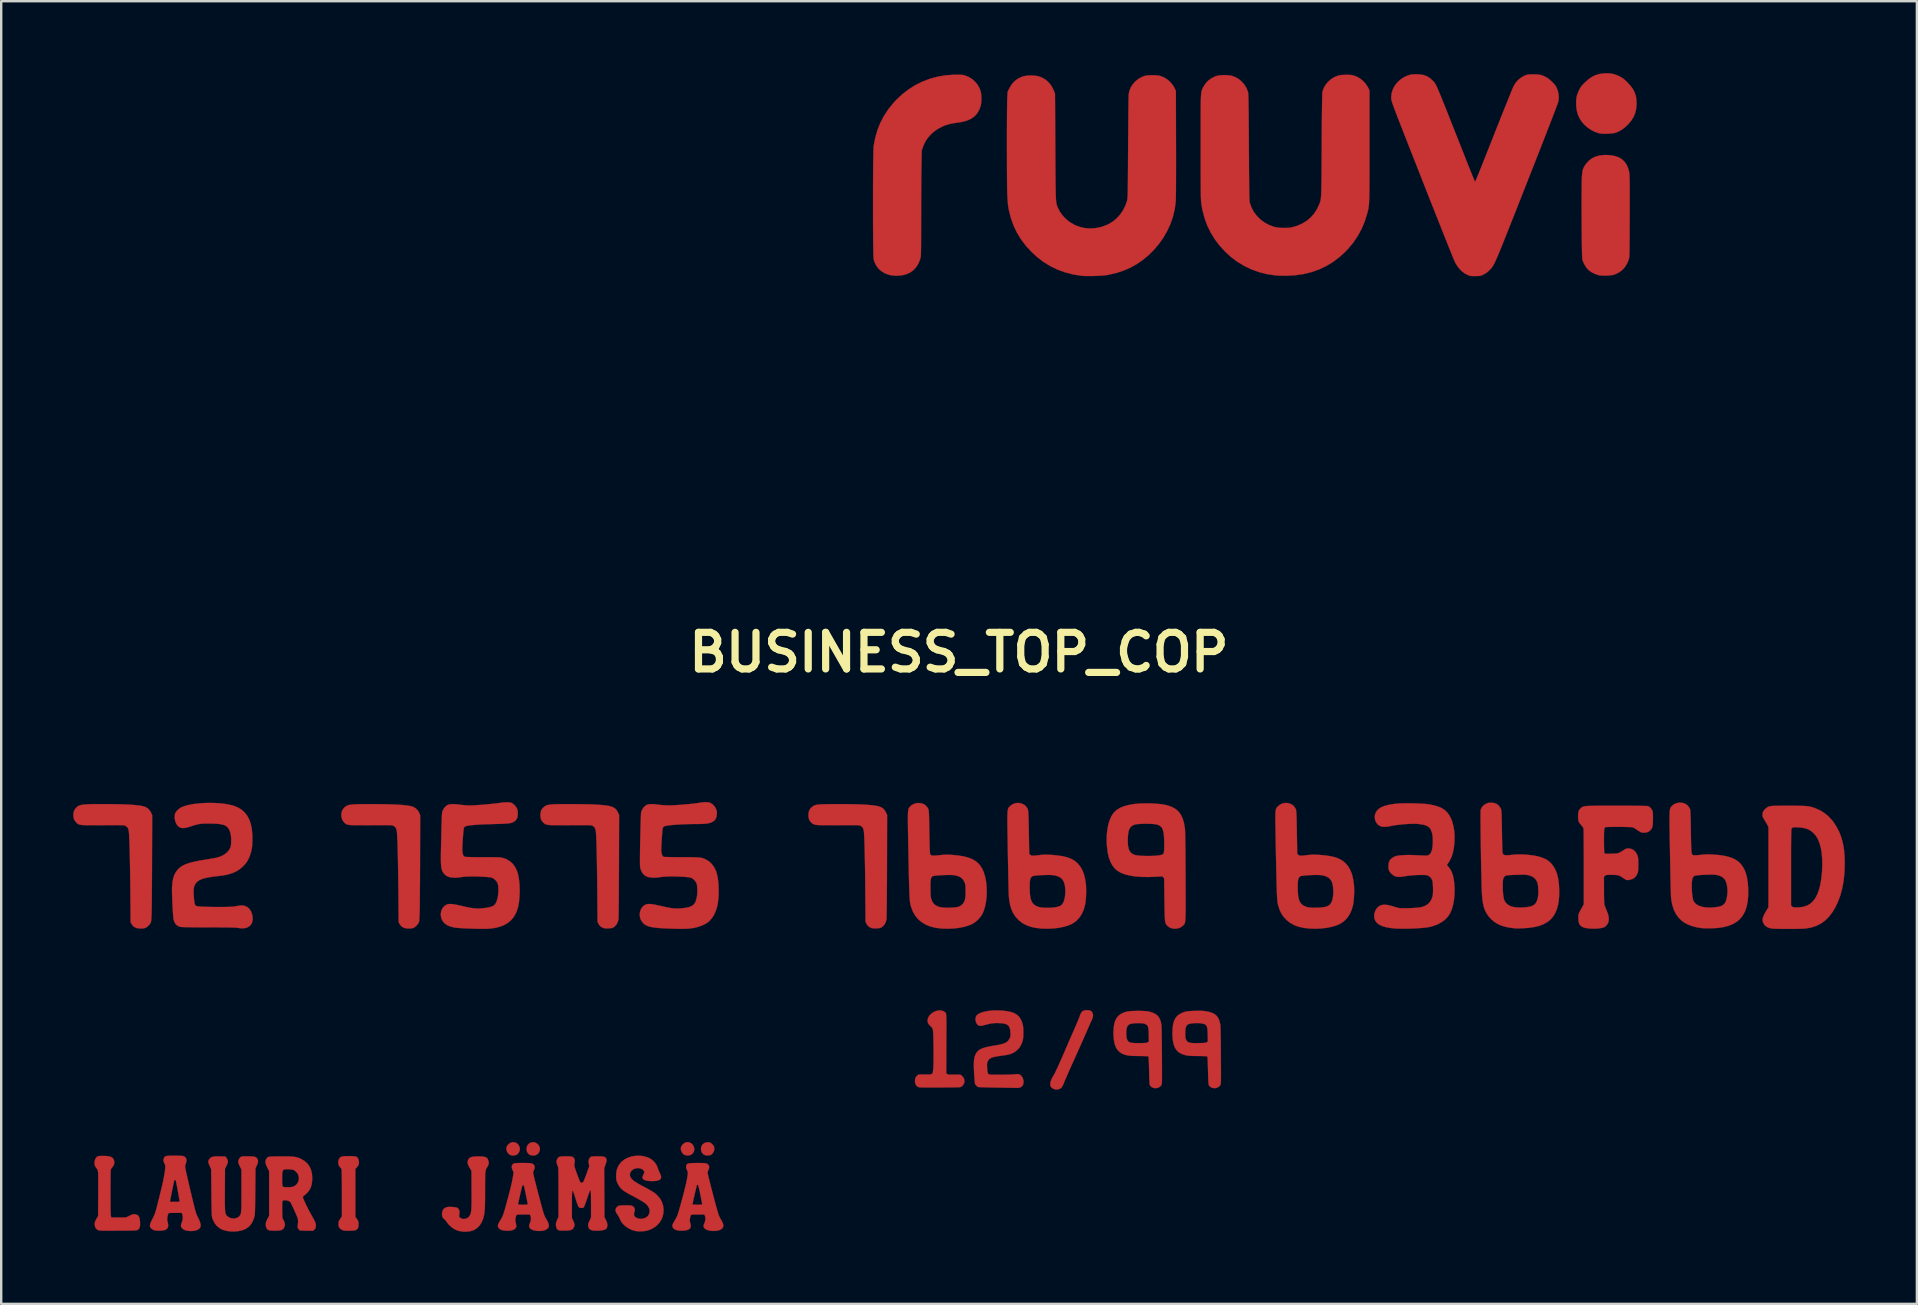
<source format=kicad_pcb>
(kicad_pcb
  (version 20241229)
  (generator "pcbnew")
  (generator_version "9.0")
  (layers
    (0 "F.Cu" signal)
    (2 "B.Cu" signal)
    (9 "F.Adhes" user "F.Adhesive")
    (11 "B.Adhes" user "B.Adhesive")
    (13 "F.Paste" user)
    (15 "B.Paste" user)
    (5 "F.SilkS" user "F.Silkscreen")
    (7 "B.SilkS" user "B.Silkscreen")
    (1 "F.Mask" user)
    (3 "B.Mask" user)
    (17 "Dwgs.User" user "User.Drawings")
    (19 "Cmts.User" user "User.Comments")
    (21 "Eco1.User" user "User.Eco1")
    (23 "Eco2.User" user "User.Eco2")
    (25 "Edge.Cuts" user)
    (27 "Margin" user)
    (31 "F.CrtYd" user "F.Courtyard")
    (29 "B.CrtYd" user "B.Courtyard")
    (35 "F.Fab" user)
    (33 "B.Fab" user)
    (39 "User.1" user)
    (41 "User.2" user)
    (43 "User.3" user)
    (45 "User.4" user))
  (footprint "BUSINESS_TOP_COP"
    (layer "F.Cu")
    (at 36.9 24.13)
    (property "Reference" "BUSINESS_TOP_COP" (at 0 0 0) (layer "F.SilkS") (effects (font (size 1.524 1.524) (thickness 0.3))))
    (attr through_hole)
    (fp_poly (pts (xy -17.646 20.423) (xy -17.565 20.471) (xy -17.531 20.503) (xy -17.479 20.583) (xy -17.457 20.669) (xy -17.463 20.756) (xy -17.497 20.836) (xy -17.557 20.904) (xy -17.607 20.936) (xy -17.673 20.956) (xy -17.753 20.96) (xy -17.831 20.949) (xy -17.889 20.927) (xy -17.958 20.867) (xy -17.999 20.787) (xy -18.012 20.693) (xy -18.001 20.598) (xy -17.967 20.524) (xy -17.906 20.462) (xy -17.822 20.418) (xy -17.733 20.405) (xy -17.646 20.423)) (stroke (width 0.01) (type solid)) (fill yes) (layer "F.Cu"))
    (fp_poly (pts (xy -11.247 20.408) (xy -11.164 20.445) (xy -11.117 20.483) (xy -11.059 20.558) (xy -11.029 20.642) (xy -11.025 20.729) (xy -11.048 20.811) (xy -11.096 20.883) (xy -11.167 20.935) (xy -11.237 20.957) (xy -11.319 20.96) (xy -11.399 20.947) (xy -11.456 20.922) (xy -11.498 20.884) (xy -11.539 20.83) (xy -11.554 20.804) (xy -11.584 20.713) (xy -11.582 20.629) (xy -11.546 20.549) (xy -11.499 20.492) (xy -11.419 20.432) (xy -11.334 20.403) (xy -11.247 20.408)) (stroke (width 0.01) (type solid)) (fill yes) (layer "F.Cu"))
    (fp_poly (pts (xy -18.519 20.408) (xy -18.438 20.437) (xy -18.369 20.494) (xy -18.316 20.576) (xy -18.309 20.591) (xy -18.291 20.68) (xy -18.303 20.769) (xy -18.342 20.85) (xy -18.405 20.915) (xy -18.423 20.927) (xy -18.495 20.954) (xy -18.58 20.962) (xy -18.663 20.95) (xy -18.726 20.922) (xy -18.768 20.884) (xy -18.808 20.83) (xy -18.823 20.804) (xy -18.854 20.713) (xy -18.851 20.629) (xy -18.816 20.549) (xy -18.768 20.492) (xy -18.689 20.434) (xy -18.604 20.406) (xy -18.519 20.408)) (stroke (width 0.01) (type solid)) (fill yes) (layer "F.Cu"))
    (fp_poly (pts (xy -10.411 20.408) (xy -10.403 20.41) (xy -10.344 20.436) (xy -10.283 20.483) (xy -10.231 20.541) (xy -10.2 20.599) (xy -10.188 20.686) (xy -10.204 20.773) (xy -10.245 20.854) (xy -10.306 20.917) (xy -10.336 20.935) (xy -10.406 20.956) (xy -10.487 20.96) (xy -10.567 20.948) (xy -10.625 20.922) (xy -10.672 20.882) (xy -10.71 20.835) (xy -10.713 20.83) (xy -10.737 20.763) (xy -10.745 20.682) (xy -10.735 20.603) (xy -10.719 20.557) (xy -10.665 20.486) (xy -10.589 20.435) (xy -10.502 20.408) (xy -10.411 20.408)) (stroke (width 0.01) (type solid)) (fill yes) (layer "F.Cu"))
    (fp_poly (pts (xy 27.08 -24.125) (xy 27.222 -24.107) (xy 27.358 -24.07) (xy 27.499 -24.009) (xy 27.525 -23.997) (xy 27.593 -23.96) (xy 27.652 -23.923) (xy 27.708 -23.88) (xy 27.771 -23.825) (xy 27.847 -23.751) (xy 27.858 -23.74) (xy 27.988 -23.597) (xy 28.088 -23.457) (xy 28.16 -23.314) (xy 28.207 -23.162) (xy 28.23 -22.996) (xy 28.234 -22.867) (xy 28.22 -22.664) (xy 28.179 -22.48) (xy 28.109 -22.31) (xy 28.009 -22.149) (xy 27.877 -21.995) (xy 27.866 -21.984) (xy 27.724 -21.855) (xy 27.583 -21.755) (xy 27.437 -21.681) (xy 27.366 -21.654) (xy 27.286 -21.635) (xy 27.182 -21.62) (xy 27.064 -21.611) (xy 26.942 -21.608) (xy 26.825 -21.61) (xy 26.724 -21.619) (xy 26.662 -21.631) (xy 26.5 -21.686) (xy 26.338 -21.768) (xy 26.186 -21.871) (xy 26.051 -21.99) (xy 25.967 -22.086) (xy 25.866 -22.237) (xy 25.793 -22.392) (xy 25.745 -22.559) (xy 25.721 -22.742) (xy 25.717 -22.858) (xy 25.718 -22.985) (xy 25.727 -23.09) (xy 25.744 -23.182) (xy 25.773 -23.273) (xy 25.816 -23.374) (xy 25.836 -23.417) (xy 25.872 -23.489) (xy 25.906 -23.547) (xy 25.945 -23.601) (xy 25.996 -23.658) (xy 26.064 -23.727) (xy 26.076 -23.739) (xy 26.221 -23.87) (xy 26.364 -23.971) (xy 26.51 -24.044) (xy 26.666 -24.093) (xy 26.838 -24.12) (xy 26.919 -24.125) (xy 27.08 -24.125)) (stroke (width 0.01) (type solid)) (fill yes) (layer "F.Cu"))
    (fp_poly (pts (xy -25.3 20.988) (xy -25.212 20.992) (xy -25.147 21) (xy -25.101 21.014) (xy -25.069 21.034) (xy -25.046 21.064) (xy -25.027 21.1) (xy -24.996 21.203) (xy -24.998 21.3) (xy -25.032 21.39) (xy -25.08 21.452) (xy -25.146 21.52) (xy -25.146 23.514) (xy -25.104 23.572) (xy -25.058 23.639) (xy -25.029 23.691) (xy -25.015 23.741) (xy -25.011 23.798) (xy -25.013 23.851) (xy -25.021 23.93) (xy -25.04 23.991) (xy -25.073 24.035) (xy -25.124 24.065) (xy -25.197 24.084) (xy -25.296 24.093) (xy -25.413 24.095) (xy -25.506 24.095) (xy -25.573 24.092) (xy -25.622 24.086) (xy -25.659 24.077) (xy -25.694 24.062) (xy -25.705 24.057) (xy -25.777 24.011) (xy -25.822 23.957) (xy -25.844 23.887) (xy -25.849 23.818) (xy -25.847 23.76) (xy -25.839 23.716) (xy -25.82 23.672) (xy -25.786 23.618) (xy -25.777 23.604) (xy -25.705 23.497) (xy -25.705 22.535) (xy -25.705 22.298) (xy -25.706 22.092) (xy -25.708 21.917) (xy -25.71 21.774) (xy -25.713 21.662) (xy -25.716 21.583) (xy -25.72 21.537) (xy -25.723 21.526) (xy -25.747 21.483) (xy -25.774 21.456) (xy -25.818 21.407) (xy -25.846 21.336) (xy -25.858 21.256) (xy -25.852 21.175) (xy -25.826 21.104) (xy -25.824 21.101) (xy -25.796 21.061) (xy -25.764 21.031) (xy -25.722 21.01) (xy -25.666 20.997) (xy -25.589 20.99) (xy -25.488 20.987) (xy -25.417 20.987) (xy -25.3 20.988)) (stroke (width 0.01) (type solid)) (fill yes) (layer "F.Cu"))
    (fp_poly (pts (xy 5.431 14.911) (xy 5.497 14.935) (xy 5.543 14.977) (xy 5.568 15.022) (xy 5.589 15.107) (xy 5.582 15.196) (xy 5.546 15.293) (xy 5.542 15.302) (xy 5.513 15.361) (xy 5.477 15.439) (xy 5.44 15.524) (xy 5.421 15.567) (xy 5.378 15.666) (xy 5.324 15.792) (xy 5.258 15.94) (xy 5.185 16.107) (xy 5.105 16.287) (xy 5.021 16.476) (xy 4.934 16.67) (xy 4.846 16.866) (xy 4.76 17.057) (xy 4.718 17.149) (xy 4.657 17.285) (xy 4.596 17.422) (xy 4.539 17.552) (xy 4.487 17.671) (xy 4.443 17.774) (xy 4.409 17.854) (xy 4.395 17.889) (xy 4.351 17.994) (xy 4.312 18.072) (xy 4.276 18.127) (xy 4.237 18.163) (xy 4.192 18.187) (xy 4.159 18.197) (xy 4.094 18.211) (xy 4.043 18.213) (xy 3.993 18.202) (xy 3.96 18.191) (xy 3.879 18.148) (xy 3.827 18.089) (xy 3.805 18.012) (xy 3.811 17.919) (xy 3.847 17.807) (xy 3.911 17.679) (xy 3.945 17.623) (xy 3.977 17.567) (xy 4.02 17.482) (xy 4.073 17.371) (xy 4.136 17.238) (xy 4.205 17.084) (xy 4.282 16.912) (xy 4.363 16.725) (xy 4.418 16.597) (xy 4.463 16.49) (xy 4.52 16.36) (xy 4.582 16.215) (xy 4.649 16.063) (xy 4.715 15.912) (xy 4.777 15.77) (xy 4.778 15.767) (xy 4.832 15.643) (xy 4.883 15.527) (xy 4.928 15.421) (xy 4.966 15.332) (xy 4.994 15.263) (xy 5.012 15.218) (xy 5.016 15.208) (xy 5.054 15.097) (xy 5.095 15.015) (xy 5.14 14.959) (xy 5.196 14.925) (xy 5.267 14.908) (xy 5.339 14.904) (xy 5.431 14.911)) (stroke (width 0.01) (type solid)) (fill yes) (layer "F.Cu"))
    (fp_poly (pts (xy 27.153 -20.712) (xy 27.335 -20.679) (xy 27.491 -20.623) (xy 27.624 -20.544) (xy 27.734 -20.441) (xy 27.821 -20.314) (xy 27.886 -20.162) (xy 27.92 -20.036) (xy 27.925 -20.011) (xy 27.929 -19.983) (xy 27.933 -19.95) (xy 27.936 -19.909) (xy 27.939 -19.859) (xy 27.941 -19.797) (xy 27.943 -19.721) (xy 27.944 -19.629) (xy 27.946 -19.519) (xy 27.946 -19.389) (xy 27.947 -19.236) (xy 27.947 -19.059) (xy 27.947 -18.856) (xy 27.947 -18.624) (xy 27.947 -18.361) (xy 27.947 -18.222) (xy 27.946 -17.898) (xy 27.945 -17.606) (xy 27.944 -17.345) (xy 27.942 -17.117) (xy 27.94 -16.921) (xy 27.938 -16.759) (xy 27.935 -16.629) (xy 27.932 -16.532) (xy 27.929 -16.469) (xy 27.926 -16.443) (xy 27.91 -16.381) (xy 27.882 -16.302) (xy 27.849 -16.223) (xy 27.839 -16.202) (xy 27.747 -16.052) (xy 27.632 -15.927) (xy 27.494 -15.826) (xy 27.334 -15.751) (xy 27.281 -15.733) (xy 27.204 -15.717) (xy 27.103 -15.705) (xy 26.99 -15.698) (xy 26.875 -15.697) (xy 26.768 -15.701) (xy 26.679 -15.711) (xy 26.657 -15.716) (xy 26.531 -15.755) (xy 26.405 -15.813) (xy 26.29 -15.884) (xy 26.208 -15.952) (xy 26.14 -16.034) (xy 26.073 -16.139) (xy 26.014 -16.257) (xy 25.975 -16.36) (xy 25.971 -16.388) (xy 25.968 -16.447) (xy 25.964 -16.534) (xy 25.961 -16.646) (xy 25.958 -16.781) (xy 25.956 -16.936) (xy 25.953 -17.107) (xy 25.951 -17.293) (xy 25.949 -17.49) (xy 25.948 -17.695) (xy 25.946 -17.905) (xy 25.945 -18.119) (xy 25.944 -18.332) (xy 25.944 -18.542) (xy 25.944 -18.747) (xy 25.944 -18.942) (xy 25.945 -19.127) (xy 25.946 -19.297) (xy 25.947 -19.449) (xy 25.949 -19.582) (xy 25.952 -19.692) (xy 25.955 -19.776) (xy 25.956 -19.812) (xy 25.966 -19.938) (xy 25.979 -20.038) (xy 25.998 -20.12) (xy 26.026 -20.192) (xy 26.065 -20.262) (xy 26.118 -20.339) (xy 26.135 -20.362) (xy 26.249 -20.488) (xy 26.379 -20.586) (xy 26.528 -20.657) (xy 26.698 -20.702) (xy 26.888 -20.722) (xy 26.947 -20.723) (xy 27.153 -20.712)) (stroke (width 0.01) (type solid)) (fill yes) (layer "F.Cu"))
    (fp_poly (pts (xy -16.044 6.322) (xy -15.871 6.323) (xy -15.702 6.325) (xy -15.542 6.327) (xy -15.397 6.331) (xy -15.271 6.335) (xy -15.224 6.337) (xy -15.022 6.348) (xy -14.85 6.361) (xy -14.706 6.377) (xy -14.587 6.396) (xy -14.49 6.421) (xy -14.41 6.451) (xy -14.347 6.488) (xy -14.295 6.532) (xy -14.253 6.585) (xy -14.217 6.647) (xy -14.214 6.653) (xy -14.157 6.769) (xy -14.163 8.896) (xy -14.164 9.163) (xy -14.165 9.423) (xy -14.166 9.672) (xy -14.167 9.908) (xy -14.169 10.13) (xy -14.17 10.335) (xy -14.172 10.521) (xy -14.174 10.686) (xy -14.176 10.828) (xy -14.177 10.945) (xy -14.179 11.034) (xy -14.181 11.093) (xy -14.183 11.119) (xy -14.216 11.246) (xy -14.274 11.351) (xy -14.355 11.432) (xy -14.41 11.467) (xy -14.462 11.484) (xy -14.536 11.495) (xy -14.62 11.501) (xy -14.704 11.5) (xy -14.776 11.492) (xy -14.812 11.483) (xy -14.908 11.434) (xy -14.979 11.366) (xy -15.016 11.306) (xy -15.055 11.226) (xy -15.066 9.904) (xy -15.069 9.588) (xy -15.073 9.285) (xy -15.077 8.997) (xy -15.081 8.726) (xy -15.086 8.474) (xy -15.092 8.244) (xy -15.097 8.037) (xy -15.103 7.855) (xy -15.11 7.701) (xy -15.116 7.576) (xy -15.123 7.482) (xy -15.124 7.464) (xy -15.145 7.363) (xy -15.185 7.287) (xy -15.247 7.233) (xy -15.263 7.224) (xy -15.279 7.217) (xy -15.297 7.212) (xy -15.321 7.207) (xy -15.354 7.203) (xy -15.398 7.2) (xy -15.456 7.198) (xy -15.531 7.197) (xy -15.627 7.196) (xy -15.746 7.197) (xy -15.892 7.197) (xy -16.066 7.198) (xy -16.194 7.199) (xy -16.402 7.2) (xy -16.579 7.201) (xy -16.728 7.201) (xy -16.851 7.2) (xy -16.953 7.198) (xy -17.034 7.194) (xy -17.1 7.188) (xy -17.151 7.18) (xy -17.192 7.17) (xy -17.224 7.158) (xy -17.252 7.142) (xy -17.277 7.124) (xy -17.301 7.104) (xy -17.368 7.033) (xy -17.411 6.954) (xy -17.432 6.858) (xy -17.436 6.782) (xy -17.426 6.661) (xy -17.394 6.564) (xy -17.337 6.483) (xy -17.251 6.413) (xy -17.22 6.394) (xy -17.173 6.371) (xy -17.117 6.354) (xy -17.043 6.343) (xy -16.983 6.336) (xy -16.912 6.332) (xy -16.812 6.328) (xy -16.688 6.325) (xy -16.544 6.323) (xy -16.386 6.322) (xy -16.217 6.321) (xy -16.044 6.322)) (stroke (width 0.01) (type solid)) (fill yes) (layer "F.Cu"))
    (fp_poly (pts (xy -4.878 6.322) (xy -4.704 6.323) (xy -4.535 6.325) (xy -4.376 6.327) (xy -4.231 6.331) (xy -4.104 6.335) (xy -4.057 6.337) (xy -3.855 6.348) (xy -3.684 6.361) (xy -3.54 6.377) (xy -3.421 6.396) (xy -3.323 6.421) (xy -3.244 6.451) (xy -3.18 6.488) (xy -3.129 6.532) (xy -3.087 6.585) (xy -3.05 6.647) (xy -3.048 6.653) (xy -2.991 6.769) (xy -2.996 8.896) (xy -2.997 9.163) (xy -2.998 9.423) (xy -2.999 9.672) (xy -3.001 9.908) (xy -3.002 10.13) (xy -3.004 10.335) (xy -3.005 10.521) (xy -3.007 10.686) (xy -3.009 10.828) (xy -3.011 10.945) (xy -3.013 11.034) (xy -3.015 11.093) (xy -3.016 11.119) (xy -3.05 11.246) (xy -3.108 11.351) (xy -3.189 11.432) (xy -3.244 11.467) (xy -3.296 11.484) (xy -3.369 11.495) (xy -3.454 11.501) (xy -3.538 11.5) (xy -3.609 11.492) (xy -3.645 11.483) (xy -3.742 11.434) (xy -3.813 11.366) (xy -3.849 11.306) (xy -3.889 11.226) (xy -3.9 9.904) (xy -3.903 9.588) (xy -3.906 9.285) (xy -3.91 8.997) (xy -3.915 8.726) (xy -3.92 8.474) (xy -3.925 8.244) (xy -3.931 8.037) (xy -3.937 7.855) (xy -3.943 7.701) (xy -3.95 7.576) (xy -3.956 7.482) (xy -3.958 7.464) (xy -3.978 7.363) (xy -4.018 7.287) (xy -4.08 7.233) (xy -4.097 7.224) (xy -4.112 7.217) (xy -4.131 7.212) (xy -4.155 7.207) (xy -4.187 7.203) (xy -4.231 7.2) (xy -4.289 7.198) (xy -4.365 7.197) (xy -4.461 7.196) (xy -4.58 7.197) (xy -4.725 7.197) (xy -4.899 7.198) (xy -5.028 7.199) (xy -5.236 7.2) (xy -5.413 7.201) (xy -5.561 7.201) (xy -5.685 7.2) (xy -5.786 7.198) (xy -5.868 7.194) (xy -5.933 7.188) (xy -5.984 7.18) (xy -6.025 7.17) (xy -6.058 7.158) (xy -6.085 7.142) (xy -6.111 7.124) (xy -6.135 7.104) (xy -6.202 7.033) (xy -6.244 6.954) (xy -6.265 6.858) (xy -6.269 6.782) (xy -6.259 6.661) (xy -6.227 6.564) (xy -6.17 6.483) (xy -6.084 6.413) (xy -6.054 6.394) (xy -6.006 6.371) (xy -5.951 6.354) (xy -5.877 6.343) (xy -5.816 6.336) (xy -5.745 6.332) (xy -5.645 6.328) (xy -5.521 6.325) (xy -5.377 6.323) (xy -5.219 6.322) (xy -5.051 6.321) (xy -4.878 6.322)) (stroke (width 0.01) (type solid)) (fill yes) (layer "F.Cu"))
    (fp_poly (pts (xy -35.507 20.983) (xy -35.401 20.997) (xy -35.321 21.021) (xy -35.262 21.059) (xy -35.222 21.111) (xy -35.197 21.179) (xy -35.194 21.191) (xy -35.188 21.286) (xy -35.214 21.374) (xy -35.267 21.446) (xy -35.305 21.492) (xy -35.331 21.54) (xy -35.336 21.556) (xy -35.338 21.582) (xy -35.34 21.639) (xy -35.341 21.724) (xy -35.343 21.832) (xy -35.344 21.962) (xy -35.345 22.108) (xy -35.346 22.269) (xy -35.346 22.44) (xy -35.346 22.534) (xy -35.346 22.747) (xy -35.345 22.928) (xy -35.344 23.08) (xy -35.343 23.205) (xy -35.341 23.304) (xy -35.338 23.381) (xy -35.335 23.437) (xy -35.331 23.476) (xy -35.326 23.498) (xy -35.325 23.502) (xy -35.303 23.545) (xy -34.711 23.545) (xy -34.553 23.471) (xy -34.476 23.436) (xy -34.422 23.415) (xy -34.38 23.406) (xy -34.344 23.405) (xy -34.327 23.407) (xy -34.252 23.427) (xy -34.197 23.461) (xy -34.158 23.514) (xy -34.133 23.59) (xy -34.118 23.694) (xy -34.116 23.727) (xy -34.114 23.841) (xy -34.124 23.928) (xy -34.148 23.994) (xy -34.188 24.042) (xy -34.2 24.051) (xy -34.212 24.06) (xy -34.226 24.067) (xy -34.245 24.072) (xy -34.271 24.077) (xy -34.309 24.08) (xy -34.361 24.083) (xy -34.43 24.086) (xy -34.519 24.087) (xy -34.631 24.089) (xy -34.77 24.09) (xy -34.938 24.091) (xy -35.03 24.091) (xy -35.214 24.092) (xy -35.368 24.093) (xy -35.494 24.093) (xy -35.595 24.093) (xy -35.675 24.091) (xy -35.736 24.089) (xy -35.782 24.087) (xy -35.816 24.083) (xy -35.84 24.078) (xy -35.859 24.072) (xy -35.871 24.066) (xy -35.938 24.018) (xy -35.981 23.953) (xy -36.002 23.866) (xy -36.004 23.846) (xy -36.006 23.796) (xy -36.001 23.755) (xy -35.988 23.713) (xy -35.962 23.658) (xy -35.937 23.612) (xy -35.863 23.477) (xy -35.858 22.604) (xy -35.857 22.432) (xy -35.857 22.268) (xy -35.857 22.115) (xy -35.857 21.977) (xy -35.858 21.858) (xy -35.86 21.76) (xy -35.861 21.689) (xy -35.863 21.647) (xy -35.864 21.642) (xy -35.883 21.561) (xy -35.92 21.499) (xy -35.921 21.498) (xy -35.973 21.431) (xy -36.001 21.37) (xy -36.012 21.3) (xy -36.013 21.266) (xy -36.001 21.167) (xy -35.968 21.083) (xy -35.917 21.022) (xy -35.899 21.009) (xy -35.87 20.995) (xy -35.835 20.986) (xy -35.786 20.981) (xy -35.715 20.978) (xy -35.643 20.978) (xy -35.507 20.983)) (stroke (width 0.01) (type solid)) (fill yes) (layer "F.Cu"))
    (fp_poly (pts (xy -35.325 6.322) (xy -35.031 6.327) (xy -34.769 6.334) (xy -34.54 6.345) (xy -34.343 6.359) (xy -34.179 6.376) (xy -34.046 6.397) (xy -33.945 6.421) (xy -33.891 6.44) (xy -33.788 6.503) (xy -33.705 6.591) (xy -33.648 6.692) (xy -33.61 6.786) (xy -33.616 8.659) (xy -33.617 8.916) (xy -33.618 9.169) (xy -33.619 9.415) (xy -33.621 9.651) (xy -33.622 9.875) (xy -33.624 10.084) (xy -33.625 10.275) (xy -33.627 10.446) (xy -33.629 10.594) (xy -33.631 10.716) (xy -33.632 10.809) (xy -33.634 10.87) (xy -33.638 10.989) (xy -33.643 11.079) (xy -33.648 11.146) (xy -33.654 11.195) (xy -33.662 11.231) (xy -33.673 11.26) (xy -33.682 11.278) (xy -33.731 11.35) (xy -33.796 11.416) (xy -33.868 11.466) (xy -33.918 11.487) (xy -33.993 11.5) (xy -34.083 11.504) (xy -34.174 11.499) (xy -34.251 11.486) (xy -34.27 11.48) (xy -34.357 11.439) (xy -34.422 11.381) (xy -34.465 11.318) (xy -34.508 11.243) (xy -34.519 9.989) (xy -34.522 9.668) (xy -34.526 9.358) (xy -34.53 9.062) (xy -34.535 8.783) (xy -34.54 8.523) (xy -34.546 8.283) (xy -34.552 8.067) (xy -34.559 7.876) (xy -34.565 7.713) (xy -34.572 7.58) (xy -34.577 7.511) (xy -34.59 7.41) (xy -34.615 7.334) (xy -34.655 7.277) (xy -34.714 7.231) (xy -34.72 7.228) (xy -34.734 7.22) (xy -34.749 7.214) (xy -34.768 7.208) (xy -34.795 7.204) (xy -34.832 7.201) (xy -34.881 7.199) (xy -34.947 7.197) (xy -35.031 7.196) (xy -35.137 7.196) (xy -35.268 7.197) (xy -35.426 7.198) (xy -35.614 7.199) (xy -35.654 7.199) (xy -35.864 7.2) (xy -36.043 7.201) (xy -36.194 7.201) (xy -36.319 7.2) (xy -36.422 7.198) (xy -36.505 7.193) (xy -36.572 7.187) (xy -36.624 7.178) (xy -36.665 7.166) (xy -36.697 7.152) (xy -36.725 7.134) (xy -36.749 7.112) (xy -36.773 7.087) (xy -36.782 7.077) (xy -36.843 6.998) (xy -36.879 6.912) (xy -36.894 6.811) (xy -36.895 6.761) (xy -36.882 6.648) (xy -36.842 6.553) (xy -36.773 6.468) (xy -36.767 6.462) (xy -36.733 6.432) (xy -36.697 6.406) (xy -36.658 6.385) (xy -36.611 6.368) (xy -36.553 6.354) (xy -36.482 6.343) (xy -36.395 6.335) (xy -36.289 6.329) (xy -36.16 6.325) (xy -36.006 6.323) (xy -35.823 6.321) (xy -35.654 6.321) (xy -35.325 6.322)) (stroke (width 0.01) (type solid)) (fill yes) (layer "F.Cu"))
    (fp_poly (pts (xy -24.159 6.322) (xy -23.864 6.327) (xy -23.602 6.334) (xy -23.373 6.345) (xy -23.177 6.359) (xy -23.012 6.376) (xy -22.879 6.397) (xy -22.778 6.421) (xy -22.724 6.44) (xy -22.622 6.503) (xy -22.538 6.591) (xy -22.481 6.692) (xy -22.444 6.786) (xy -22.45 8.633) (xy -22.45 8.889) (xy -22.452 9.142) (xy -22.453 9.388) (xy -22.454 9.624) (xy -22.456 9.849) (xy -22.457 10.059) (xy -22.459 10.251) (xy -22.461 10.423) (xy -22.462 10.572) (xy -22.464 10.694) (xy -22.466 10.789) (xy -22.467 10.845) (xy -22.472 10.967) (xy -22.476 11.062) (xy -22.48 11.132) (xy -22.486 11.184) (xy -22.493 11.222) (xy -22.503 11.251) (xy -22.515 11.278) (xy -22.515 11.278) (xy -22.564 11.35) (xy -22.63 11.416) (xy -22.701 11.466) (xy -22.751 11.487) (xy -22.826 11.5) (xy -22.916 11.504) (xy -23.007 11.499) (xy -23.084 11.486) (xy -23.103 11.48) (xy -23.19 11.439) (xy -23.255 11.381) (xy -23.299 11.318) (xy -23.341 11.243) (xy -23.352 9.997) (xy -23.355 9.682) (xy -23.359 9.377) (xy -23.363 9.085) (xy -23.368 8.808) (xy -23.373 8.548) (xy -23.379 8.309) (xy -23.385 8.091) (xy -23.391 7.899) (xy -23.398 7.734) (xy -23.405 7.598) (xy -23.41 7.511) (xy -23.423 7.41) (xy -23.448 7.334) (xy -23.488 7.277) (xy -23.548 7.231) (xy -23.553 7.228) (xy -23.567 7.22) (xy -23.582 7.214) (xy -23.602 7.208) (xy -23.629 7.204) (xy -23.665 7.201) (xy -23.715 7.199) (xy -23.78 7.197) (xy -23.865 7.196) (xy -23.971 7.196) (xy -24.101 7.197) (xy -24.259 7.198) (xy -24.448 7.199) (xy -24.487 7.199) (xy -24.697 7.2) (xy -24.876 7.201) (xy -25.027 7.201) (xy -25.153 7.2) (xy -25.256 7.198) (xy -25.339 7.193) (xy -25.405 7.187) (xy -25.457 7.178) (xy -25.498 7.166) (xy -25.531 7.152) (xy -25.558 7.134) (xy -25.582 7.112) (xy -25.607 7.087) (xy -25.616 7.077) (xy -25.676 6.998) (xy -25.712 6.912) (xy -25.728 6.811) (xy -25.729 6.761) (xy -25.716 6.648) (xy -25.676 6.553) (xy -25.607 6.468) (xy -25.601 6.462) (xy -25.566 6.432) (xy -25.531 6.406) (xy -25.491 6.385) (xy -25.444 6.368) (xy -25.387 6.354) (xy -25.316 6.343) (xy -25.229 6.335) (xy -25.123 6.329) (xy -24.994 6.325) (xy -24.84 6.323) (xy -24.657 6.321) (xy -24.487 6.321) (xy -24.159 6.322)) (stroke (width 0.01) (type solid)) (fill yes) (layer "F.Cu"))
    (fp_poly (pts (xy -19.833 21.006) (xy -19.741 21.024) (xy -19.678 21.052) (xy -19.664 21.063) (xy -19.628 21.114) (xy -19.601 21.186) (xy -19.589 21.266) (xy -19.588 21.285) (xy -19.6 21.344) (xy -19.633 21.414) (xy -19.641 21.427) (xy -19.664 21.463) (xy -19.683 21.496) (xy -19.698 21.528) (xy -19.711 21.564) (xy -19.72 21.606) (xy -19.728 21.658) (xy -19.733 21.723) (xy -19.737 21.805) (xy -19.739 21.906) (xy -19.74 22.031) (xy -19.74 22.182) (xy -19.741 22.363) (xy -19.741 22.407) (xy -19.741 22.619) (xy -19.742 22.801) (xy -19.745 22.955) (xy -19.748 23.086) (xy -19.754 23.196) (xy -19.761 23.29) (xy -19.77 23.371) (xy -19.782 23.442) (xy -19.797 23.506) (xy -19.814 23.568) (xy -19.832 23.622) (xy -19.898 23.771) (xy -19.985 23.897) (xy -20.09 23.997) (xy -20.211 24.069) (xy -20.345 24.112) (xy -20.4 24.12) (xy -20.462 24.127) (xy -20.515 24.133) (xy -20.537 24.135) (xy -20.576 24.136) (xy -20.634 24.133) (xy -20.693 24.128) (xy -20.769 24.116) (xy -20.845 24.1) (xy -20.891 24.087) (xy -21.013 24.033) (xy -21.132 23.953) (xy -21.24 23.855) (xy -21.328 23.748) (xy -21.351 23.711) (xy -21.387 23.662) (xy -21.427 23.623) (xy -21.439 23.616) (xy -21.489 23.568) (xy -21.522 23.501) (xy -21.536 23.421) (xy -21.531 23.337) (xy -21.508 23.257) (xy -21.467 23.19) (xy -21.439 23.163) (xy -21.384 23.129) (xy -21.317 23.109) (xy -21.233 23.101) (xy -21.125 23.105) (xy -21.082 23.108) (xy -21 23.117) (xy -20.945 23.126) (xy -20.907 23.137) (xy -20.881 23.152) (xy -20.865 23.167) (xy -20.821 23.234) (xy -20.805 23.321) (xy -20.814 23.417) (xy -20.824 23.469) (xy -20.823 23.501) (xy -20.808 23.526) (xy -20.778 23.555) (xy -20.711 23.593) (xy -20.632 23.607) (xy -20.55 23.596) (xy -20.472 23.562) (xy -20.408 23.508) (xy -20.391 23.486) (xy -20.371 23.452) (xy -20.354 23.417) (xy -20.34 23.376) (xy -20.328 23.327) (xy -20.319 23.267) (xy -20.312 23.192) (xy -20.307 23.1) (xy -20.304 22.988) (xy -20.302 22.853) (xy -20.302 22.691) (xy -20.303 22.5) (xy -20.303 22.386) (xy -20.308 21.596) (xy -20.389 21.461) (xy -20.438 21.367) (xy -20.465 21.29) (xy -20.468 21.222) (xy -20.451 21.155) (xy -20.439 21.13) (xy -20.407 21.082) (xy -20.362 21.048) (xy -20.299 21.023) (xy -20.212 21.008) (xy -20.097 20.999) (xy -20.09 20.999) (xy -19.95 20.997) (xy -19.833 21.006)) (stroke (width 0.01) (type solid)) (fill yes) (layer "F.Cu"))
    (fp_poly (pts (xy -0.752 14.917) (xy -0.654 14.942) (xy -0.581 14.986) (xy -0.547 15.024) (xy -0.542 15.035) (xy -0.537 15.049) (xy -0.533 15.07) (xy -0.529 15.099) (xy -0.527 15.139) (xy -0.525 15.193) (xy -0.523 15.263) (xy -0.522 15.351) (xy -0.521 15.459) (xy -0.521 15.591) (xy -0.521 15.747) (xy -0.522 15.931) (xy -0.523 16.146) (xy -0.523 16.299) (xy -0.528 17.53) (xy -0.491 17.563) (xy -0.474 17.576) (xy -0.453 17.585) (xy -0.422 17.591) (xy -0.376 17.594) (xy -0.308 17.594) (xy -0.213 17.593) (xy -0.194 17.593) (xy -0.095 17.591) (xy -0.024 17.591) (xy 0.025 17.593) (xy 0.059 17.598) (xy 0.082 17.607) (xy 0.102 17.62) (xy 0.118 17.633) (xy 0.187 17.71) (xy 0.225 17.794) (xy 0.233 17.882) (xy 0.211 17.967) (xy 0.159 18.045) (xy 0.112 18.087) (xy 0.101 18.095) (xy 0.087 18.102) (xy 0.069 18.107) (xy 0.043 18.112) (xy 0.007 18.115) (xy -0.043 18.118) (xy -0.11 18.12) (xy -0.196 18.122) (xy -0.304 18.123) (xy -0.437 18.124) (xy -0.598 18.125) (xy -0.79 18.126) (xy -0.793 18.126) (xy -0.988 18.127) (xy -1.152 18.128) (xy -1.288 18.128) (xy -1.398 18.127) (xy -1.487 18.126) (xy -1.555 18.124) (xy -1.608 18.122) (xy -1.646 18.118) (xy -1.674 18.114) (xy -1.694 18.108) (xy -1.708 18.103) (xy -1.767 18.056) (xy -1.808 17.988) (xy -1.829 17.908) (xy -1.83 17.822) (xy -1.812 17.739) (xy -1.775 17.666) (xy -1.717 17.611) (xy -1.717 17.611) (xy -1.695 17.599) (xy -1.668 17.591) (xy -1.629 17.586) (xy -1.572 17.584) (xy -1.492 17.584) (xy -1.415 17.585) (xy -1.302 17.588) (xy -1.219 17.587) (xy -1.16 17.578) (xy -1.121 17.558) (xy -1.096 17.523) (xy -1.082 17.469) (xy -1.073 17.391) (xy -1.065 17.292) (xy -1.061 17.219) (xy -1.058 17.121) (xy -1.056 17.003) (xy -1.055 16.869) (xy -1.055 16.724) (xy -1.055 16.574) (xy -1.057 16.422) (xy -1.059 16.273) (xy -1.062 16.133) (xy -1.066 16.005) (xy -1.07 15.896) (xy -1.075 15.809) (xy -1.08 15.749) (xy -1.082 15.735) (xy -1.095 15.684) (xy -1.117 15.642) (xy -1.155 15.597) (xy -1.184 15.569) (xy -1.245 15.507) (xy -1.282 15.453) (xy -1.3 15.396) (xy -1.305 15.33) (xy -1.288 15.241) (xy -1.244 15.155) (xy -1.176 15.076) (xy -1.092 15.009) (xy -0.995 14.957) (xy -0.892 14.924) (xy -0.788 14.914) (xy -0.752 14.917)) (stroke (width 0.01) (type solid)) (fill yes) (layer "F.Cu"))
    (fp_poly (pts (xy -29.513 20.996) (xy -29.421 21.001) (xy -29.353 21.011) (xy -29.304 21.028) (xy -29.267 21.053) (xy -29.238 21.086) (xy -29.23 21.099) (xy -29.204 21.156) (xy -29.198 21.216) (xy -29.213 21.287) (xy -29.25 21.375) (xy -29.251 21.378) (xy -29.306 21.494) (xy -29.315 22.452) (xy -29.317 22.657) (xy -29.319 22.831) (xy -29.321 22.977) (xy -29.323 23.098) (xy -29.325 23.198) (xy -29.328 23.278) (xy -29.331 23.343) (xy -29.335 23.394) (xy -29.339 23.436) (xy -29.345 23.47) (xy -29.351 23.501) (xy -29.358 23.53) (xy -29.362 23.544) (xy -29.419 23.701) (xy -29.496 23.831) (xy -29.594 23.936) (xy -29.716 24.018) (xy -29.74 24.031) (xy -29.87 24.08) (xy -30.022 24.112) (xy -30.187 24.126) (xy -30.357 24.122) (xy -30.496 24.104) (xy -30.658 24.06) (xy -30.796 23.993) (xy -30.912 23.9) (xy -31.005 23.782) (xy -31.078 23.637) (xy -31.098 23.583) (xy -31.106 23.559) (xy -31.112 23.534) (xy -31.117 23.506) (xy -31.122 23.471) (xy -31.126 23.427) (xy -31.129 23.37) (xy -31.132 23.298) (xy -31.134 23.208) (xy -31.136 23.097) (xy -31.138 22.962) (xy -31.14 22.8) (xy -31.142 22.609) (xy -31.143 22.502) (xy -31.153 21.528) (xy -31.217 21.388) (xy -31.253 21.302) (xy -31.27 21.237) (xy -31.269 21.185) (xy -31.248 21.137) (xy -31.219 21.097) (xy -31.178 21.057) (xy -31.13 21.029) (xy -31.068 21.01) (xy -30.987 20.999) (xy -30.881 20.996) (xy -30.798 20.997) (xy -30.565 21.003) (xy -30.518 21.055) (xy -30.48 21.117) (xy -30.46 21.181) (xy -30.456 21.222) (xy -30.461 21.26) (xy -30.476 21.306) (xy -30.506 21.369) (xy -30.512 21.383) (xy -30.577 21.511) (xy -30.581 22.382) (xy -30.582 22.591) (xy -30.583 22.769) (xy -30.583 22.919) (xy -30.581 23.044) (xy -30.578 23.146) (xy -30.574 23.228) (xy -30.568 23.294) (xy -30.559 23.345) (xy -30.549 23.386) (xy -30.535 23.418) (xy -30.519 23.444) (xy -30.499 23.468) (xy -30.478 23.49) (xy -30.401 23.545) (xy -30.31 23.577) (xy -30.212 23.586) (xy -30.117 23.572) (xy -30.032 23.535) (xy -29.983 23.494) (xy -29.963 23.473) (xy -29.947 23.451) (xy -29.933 23.427) (xy -29.921 23.396) (xy -29.912 23.357) (xy -29.905 23.307) (xy -29.9 23.242) (xy -29.896 23.161) (xy -29.893 23.059) (xy -29.892 22.934) (xy -29.891 22.784) (xy -29.891 22.605) (xy -29.891 22.424) (xy -29.891 21.545) (xy -29.959 21.41) (xy -29.989 21.343) (xy -30.013 21.282) (xy -30.025 21.237) (xy -30.026 21.227) (xy -30.012 21.15) (xy -29.975 21.076) (xy -29.932 21.031) (xy -29.912 21.017) (xy -29.889 21.007) (xy -29.856 21) (xy -29.809 20.997) (xy -29.741 20.995) (xy -29.645 20.994) (xy -29.633 20.994) (xy -29.513 20.996)) (stroke (width 0.01) (type solid)) (fill yes) (layer "F.Cu"))
    (fp_poly (pts (xy -0.014 -24.068) (xy 0.073 -24.065) (xy 0.139 -24.06) (xy 0.193 -24.052) (xy 0.242 -24.04) (xy 0.246 -24.039) (xy 0.412 -23.971) (xy 0.561 -23.878) (xy 0.689 -23.761) (xy 0.795 -23.625) (xy 0.874 -23.472) (xy 0.909 -23.366) (xy 0.927 -23.269) (xy 0.936 -23.152) (xy 0.938 -23.028) (xy 0.931 -22.907) (xy 0.916 -22.804) (xy 0.91 -22.777) (xy 0.85 -22.609) (xy 0.767 -22.464) (xy 0.659 -22.343) (xy 0.527 -22.245) (xy 0.369 -22.168) (xy 0.255 -22.131) (xy 0.183 -22.114) (xy 0.092 -22.095) (xy -0.006 -22.079) (xy -0.067 -22.07) (xy -0.236 -22.044) (xy -0.38 -22.015) (xy -0.505 -21.98) (xy -0.62 -21.939) (xy -0.721 -21.893) (xy -0.88 -21.808) (xy -1.017 -21.714) (xy -1.144 -21.603) (xy -1.207 -21.538) (xy -1.311 -21.415) (xy -1.395 -21.286) (xy -1.466 -21.138) (xy -1.494 -21.066) (xy -1.548 -20.918) (xy -1.56 -20.24) (xy -1.562 -20.117) (xy -1.564 -19.964) (xy -1.566 -19.786) (xy -1.567 -19.585) (xy -1.569 -19.367) (xy -1.57 -19.135) (xy -1.572 -18.893) (xy -1.573 -18.646) (xy -1.573 -18.397) (xy -1.574 -18.15) (xy -1.574 -18.035) (xy -1.574 -17.773) (xy -1.575 -17.542) (xy -1.575 -17.341) (xy -1.576 -17.167) (xy -1.576 -17.018) (xy -1.577 -16.892) (xy -1.579 -16.786) (xy -1.58 -16.699) (xy -1.582 -16.628) (xy -1.584 -16.57) (xy -1.587 -16.525) (xy -1.591 -16.489) (xy -1.595 -16.46) (xy -1.599 -16.436) (xy -1.605 -16.415) (xy -1.611 -16.394) (xy -1.611 -16.391) (xy -1.681 -16.213) (xy -1.773 -16.061) (xy -1.886 -15.934) (xy -2.02 -15.834) (xy -2.176 -15.76) (xy -2.353 -15.713) (xy -2.549 -15.693) (xy -2.613 -15.692) (xy -2.74 -15.699) (xy -2.858 -15.717) (xy -2.894 -15.725) (xy -3.066 -15.786) (xy -3.215 -15.871) (xy -3.341 -15.98) (xy -3.442 -16.112) (xy -3.517 -16.267) (xy -3.55 -16.369) (xy -3.554 -16.401) (xy -3.558 -16.464) (xy -3.561 -16.557) (xy -3.564 -16.676) (xy -3.567 -16.819) (xy -3.569 -16.983) (xy -3.572 -17.167) (xy -3.573 -17.367) (xy -3.575 -17.582) (xy -3.576 -17.809) (xy -3.577 -18.045) (xy -3.578 -18.287) (xy -3.578 -18.535) (xy -3.578 -18.784) (xy -3.578 -19.033) (xy -3.577 -19.279) (xy -3.576 -19.52) (xy -3.575 -19.753) (xy -3.574 -19.976) (xy -3.572 -20.186) (xy -3.57 -20.381) (xy -3.567 -20.558) (xy -3.565 -20.715) (xy -3.562 -20.85) (xy -3.559 -20.96) (xy -3.555 -21.043) (xy -3.551 -21.095) (xy -3.55 -21.105) (xy -3.484 -21.445) (xy -3.391 -21.767) (xy -3.268 -22.072) (xy -3.116 -22.361) (xy -2.934 -22.636) (xy -2.72 -22.899) (xy -2.618 -23.009) (xy -2.367 -23.247) (xy -2.098 -23.455) (xy -1.814 -23.634) (xy -1.516 -23.782) (xy -1.203 -23.9) (xy -0.877 -23.987) (xy -0.539 -24.043) (xy -0.19 -24.067) (xy -0.127 -24.068) (xy -0.014 -24.068)) (stroke (width 0.01) (type solid)) (fill yes) (layer "F.Cu"))
    (fp_poly (pts (xy 7.536 14.936) (xy 7.663 14.939) (xy 7.777 14.946) (xy 7.872 14.955) (xy 7.935 14.967) (xy 8.082 15.013) (xy 8.199 15.072) (xy 8.289 15.148) (xy 8.357 15.243) (xy 8.405 15.361) (xy 8.436 15.506) (xy 8.437 15.508) (xy 8.439 15.543) (xy 8.442 15.608) (xy 8.445 15.702) (xy 8.448 15.82) (xy 8.45 15.959) (xy 8.452 16.118) (xy 8.454 16.292) (xy 8.456 16.479) (xy 8.458 16.675) (xy 8.458 16.804) (xy 8.459 17.033) (xy 8.46 17.231) (xy 8.461 17.4) (xy 8.461 17.542) (xy 8.461 17.66) (xy 8.46 17.756) (xy 8.459 17.833) (xy 8.457 17.893) (xy 8.455 17.939) (xy 8.452 17.973) (xy 8.448 17.997) (xy 8.443 18.014) (xy 8.438 18.026) (xy 8.432 18.036) (xy 8.428 18.041) (xy 8.361 18.105) (xy 8.276 18.145) (xy 8.184 18.157) (xy 8.094 18.141) (xy 8.019 18.103) (xy 7.971 18.054) (xy 7.949 18.006) (xy 7.945 17.976) (xy 7.941 17.917) (xy 7.936 17.834) (xy 7.932 17.729) (xy 7.928 17.609) (xy 7.925 17.478) (xy 7.924 17.404) (xy 7.92 17.229) (xy 7.916 17.085) (xy 7.911 16.973) (xy 7.906 16.894) (xy 7.9 16.848) (xy 7.896 16.836) (xy 7.871 16.829) (xy 7.814 16.823) (xy 7.724 16.819) (xy 7.603 16.817) (xy 7.501 16.816) (xy 7.347 16.814) (xy 7.22 16.81) (xy 7.116 16.802) (xy 7.029 16.79) (xy 6.953 16.774) (xy 6.883 16.751) (xy 6.813 16.722) (xy 6.805 16.719) (xy 6.698 16.654) (xy 6.61 16.565) (xy 6.541 16.452) (xy 6.49 16.312) (xy 6.457 16.146) (xy 6.441 15.952) (xy 6.439 15.869) (xy 6.973 15.869) (xy 6.976 15.97) (xy 6.984 16.047) (xy 7 16.108) (xy 7.003 16.117) (xy 7.027 16.168) (xy 7.057 16.207) (xy 7.097 16.237) (xy 7.152 16.257) (xy 7.225 16.27) (xy 7.322 16.277) (xy 7.445 16.279) (xy 7.533 16.279) (xy 7.642 16.277) (xy 7.723 16.274) (xy 7.78 16.27) (xy 7.821 16.264) (xy 7.849 16.255) (xy 7.869 16.244) (xy 7.917 16.213) (xy 7.91 15.931) (xy 7.906 15.804) (xy 7.899 15.707) (xy 7.889 15.634) (xy 7.873 15.58) (xy 7.851 15.542) (xy 7.82 15.513) (xy 7.779 15.49) (xy 7.765 15.484) (xy 7.725 15.468) (xy 7.682 15.457) (xy 7.628 15.451) (xy 7.556 15.448) (xy 7.473 15.447) (xy 7.328 15.45) (xy 7.214 15.462) (xy 7.127 15.485) (xy 7.063 15.522) (xy 7.019 15.576) (xy 6.992 15.65) (xy 6.977 15.747) (xy 6.973 15.869) (xy 6.439 15.869) (xy 6.439 15.854) (xy 6.447 15.659) (xy 6.47 15.491) (xy 6.511 15.35) (xy 6.57 15.233) (xy 6.65 15.138) (xy 6.75 15.062) (xy 6.873 15.004) (xy 6.993 14.967) (xy 7.065 14.955) (xy 7.162 14.945) (xy 7.279 14.939) (xy 7.406 14.936) (xy 7.536 14.936)) (stroke (width 0.01) (type solid)) (fill yes) (layer "F.Cu"))
    (fp_poly (pts (xy 10.091 14.933) (xy 10.191 14.939) (xy 10.239 14.944) (xy 10.406 14.973) (xy 10.544 15.015) (xy 10.654 15.071) (xy 10.741 15.144) (xy 10.807 15.237) (xy 10.855 15.353) (xy 10.889 15.493) (xy 10.894 15.525) (xy 10.897 15.56) (xy 10.899 15.625) (xy 10.902 15.719) (xy 10.905 15.837) (xy 10.907 15.976) (xy 10.91 16.135) (xy 10.912 16.309) (xy 10.913 16.495) (xy 10.915 16.691) (xy 10.915 16.812) (xy 10.916 17.041) (xy 10.917 17.238) (xy 10.918 17.406) (xy 10.918 17.547) (xy 10.918 17.664) (xy 10.917 17.76) (xy 10.916 17.836) (xy 10.914 17.896) (xy 10.912 17.941) (xy 10.909 17.974) (xy 10.905 17.998) (xy 10.9 18.014) (xy 10.895 18.027) (xy 10.888 18.036) (xy 10.885 18.041) (xy 10.817 18.105) (xy 10.733 18.145) (xy 10.641 18.157) (xy 10.551 18.141) (xy 10.476 18.103) (xy 10.428 18.054) (xy 10.406 18.006) (xy 10.402 17.976) (xy 10.397 17.917) (xy 10.392 17.834) (xy 10.388 17.729) (xy 10.384 17.609) (xy 10.38 17.478) (xy 10.378 17.402) (xy 10.375 17.262) (xy 10.371 17.136) (xy 10.367 17.027) (xy 10.362 16.939) (xy 10.357 16.875) (xy 10.353 16.84) (xy 10.351 16.834) (xy 10.329 16.829) (xy 10.276 16.824) (xy 10.197 16.82) (xy 10.094 16.817) (xy 9.971 16.816) (xy 9.958 16.816) (xy 9.803 16.814) (xy 9.675 16.81) (xy 9.57 16.802) (xy 9.482 16.79) (xy 9.406 16.772) (xy 9.335 16.749) (xy 9.264 16.718) (xy 9.24 16.707) (xy 9.14 16.644) (xy 9.058 16.56) (xy 8.994 16.455) (xy 8.946 16.326) (xy 8.915 16.171) (xy 8.899 15.988) (xy 8.896 15.861) (xy 9.43 15.861) (xy 9.43 15.869) (xy 9.431 15.959) (xy 9.434 16.024) (xy 9.441 16.071) (xy 9.452 16.108) (xy 9.468 16.143) (xy 9.468 16.143) (xy 9.495 16.187) (xy 9.527 16.221) (xy 9.568 16.245) (xy 9.623 16.262) (xy 9.697 16.273) (xy 9.793 16.278) (xy 9.916 16.279) (xy 9.991 16.278) (xy 10.101 16.276) (xy 10.182 16.273) (xy 10.24 16.268) (xy 10.281 16.262) (xy 10.309 16.253) (xy 10.327 16.243) (xy 10.373 16.213) (xy 10.367 15.931) (xy 10.362 15.796) (xy 10.354 15.692) (xy 10.339 15.613) (xy 10.315 15.555) (xy 10.28 15.514) (xy 10.231 15.486) (xy 10.164 15.468) (xy 10.079 15.453) (xy 10.067 15.452) (xy 9.977 15.444) (xy 9.877 15.443) (xy 9.777 15.449) (xy 9.684 15.459) (xy 9.607 15.474) (xy 9.552 15.493) (xy 9.541 15.5) (xy 9.496 15.541) (xy 9.465 15.591) (xy 9.444 15.658) (xy 9.433 15.746) (xy 9.43 15.861) (xy 8.896 15.861) (xy 8.896 15.86) (xy 8.903 15.664) (xy 8.925 15.497) (xy 8.964 15.356) (xy 9.021 15.239) (xy 9.097 15.144) (xy 9.194 15.069) (xy 9.313 15.01) (xy 9.446 14.968) (xy 9.518 14.956) (xy 9.614 14.945) (xy 9.728 14.938) (xy 9.851 14.933) (xy 9.975 14.931) (xy 10.091 14.933)) (stroke (width 0.01) (type solid)) (fill yes) (layer "F.Cu"))
    (fp_poly (pts (xy 34.738 6.388) (xy 34.904 6.39) (xy 35.043 6.392) (xy 35.16 6.395) (xy 35.258 6.401) (xy 35.342 6.408) (xy 35.414 6.418) (xy 35.479 6.431) (xy 35.541 6.446) (xy 35.603 6.465) (xy 35.643 6.478) (xy 35.858 6.569) (xy 36.055 6.689) (xy 36.233 6.836) (xy 36.392 7.011) (xy 36.427 7.056) (xy 36.559 7.256) (xy 36.669 7.465) (xy 36.756 7.687) (xy 36.823 7.925) (xy 36.87 8.183) (xy 36.898 8.463) (xy 36.907 8.769) (xy 36.907 8.778) (xy 36.896 9.149) (xy 36.862 9.496) (xy 36.805 9.82) (xy 36.724 10.121) (xy 36.62 10.4) (xy 36.493 10.659) (xy 36.389 10.829) (xy 36.247 11.014) (xy 36.088 11.171) (xy 35.911 11.298) (xy 35.718 11.395) (xy 35.508 11.464) (xy 35.282 11.502) (xy 35.248 11.505) (xy 35.179 11.51) (xy 35.085 11.513) (xy 34.97 11.516) (xy 34.841 11.518) (xy 34.701 11.519) (xy 34.557 11.519) (xy 34.414 11.519) (xy 34.277 11.518) (xy 34.15 11.517) (xy 34.04 11.514) (xy 33.951 11.511) (xy 33.889 11.507) (xy 33.872 11.506) (xy 33.742 11.476) (xy 33.638 11.423) (xy 33.558 11.349) (xy 33.515 11.277) (xy 33.491 11.208) (xy 33.483 11.139) (xy 33.494 11.064) (xy 33.524 10.978) (xy 33.574 10.876) (xy 33.631 10.777) (xy 33.728 10.616) (xy 33.728 8.965) (xy 34.669 8.965) (xy 34.669 10.541) (xy 34.71 10.583) (xy 34.733 10.602) (xy 34.758 10.615) (xy 34.793 10.621) (xy 34.848 10.624) (xy 34.909 10.624) (xy 34.997 10.621) (xy 35.088 10.613) (xy 35.167 10.602) (xy 35.182 10.599) (xy 35.327 10.553) (xy 35.458 10.48) (xy 35.573 10.379) (xy 35.673 10.25) (xy 35.758 10.092) (xy 35.829 9.905) (xy 35.886 9.689) (xy 35.929 9.442) (xy 35.958 9.165) (xy 35.972 8.877) (xy 35.968 8.609) (xy 35.948 8.364) (xy 35.91 8.142) (xy 35.855 7.945) (xy 35.784 7.774) (xy 35.697 7.63) (xy 35.626 7.547) (xy 35.52 7.453) (xy 35.407 7.383) (xy 35.28 7.334) (xy 35.134 7.304) (xy 34.988 7.291) (xy 34.885 7.287) (xy 34.81 7.287) (xy 34.758 7.293) (xy 34.723 7.305) (xy 34.701 7.324) (xy 34.689 7.346) (xy 34.685 7.363) (xy 34.682 7.4) (xy 34.679 7.456) (xy 34.677 7.535) (xy 34.674 7.636) (xy 34.673 7.762) (xy 34.671 7.915) (xy 34.67 8.094) (xy 34.669 8.303) (xy 34.669 8.542) (xy 34.669 8.812) (xy 34.669 8.965) (xy 33.728 8.965) (xy 33.728 7.278) (xy 33.685 7.193) (xy 33.655 7.138) (xy 33.614 7.068) (xy 33.571 6.995) (xy 33.559 6.977) (xy 33.519 6.909) (xy 33.494 6.859) (xy 33.482 6.818) (xy 33.479 6.775) (xy 33.479 6.762) (xy 33.489 6.681) (xy 33.517 6.613) (xy 33.57 6.548) (xy 33.61 6.51) (xy 33.643 6.482) (xy 33.673 6.458) (xy 33.705 6.439) (xy 33.742 6.424) (xy 33.786 6.412) (xy 33.841 6.403) (xy 33.911 6.396) (xy 33.999 6.392) (xy 34.109 6.39) (xy 34.243 6.389) (xy 34.405 6.388) (xy 34.542 6.388) (xy 34.738 6.388)) (stroke (width 0.01) (type solid)) (fill yes) (layer "F.Cu"))
    (fp_poly (pts (xy 1.76 14.921) (xy 1.838 14.927) (xy 2.025 14.951) (xy 2.181 14.985) (xy 2.311 15.032) (xy 2.417 15.095) (xy 2.502 15.174) (xy 2.571 15.273) (xy 2.625 15.392) (xy 2.656 15.493) (xy 2.672 15.573) (xy 2.682 15.675) (xy 2.686 15.791) (xy 2.686 15.91) (xy 2.68 16.023) (xy 2.669 16.121) (xy 2.654 16.19) (xy 2.596 16.342) (xy 2.521 16.468) (xy 2.425 16.572) (xy 2.332 16.642) (xy 2.246 16.691) (xy 2.152 16.73) (xy 2.043 16.76) (xy 1.912 16.785) (xy 1.792 16.801) (xy 1.636 16.822) (xy 1.51 16.844) (xy 1.411 16.869) (xy 1.334 16.899) (xy 1.276 16.935) (xy 1.234 16.98) (xy 1.203 17.034) (xy 1.193 17.055) (xy 1.18 17.098) (xy 1.173 17.144) (xy 1.171 17.202) (xy 1.174 17.281) (xy 1.176 17.31) (xy 1.184 17.41) (xy 1.193 17.482) (xy 1.206 17.531) (xy 1.225 17.561) (xy 1.25 17.578) (xy 1.266 17.584) (xy 1.3 17.588) (xy 1.363 17.592) (xy 1.449 17.595) (xy 1.552 17.596) (xy 1.666 17.597) (xy 1.786 17.597) (xy 1.907 17.595) (xy 2.023 17.593) (xy 2.129 17.59) (xy 2.218 17.587) (xy 2.285 17.582) (xy 2.32 17.578) (xy 2.42 17.568) (xy 2.499 17.577) (xy 2.562 17.608) (xy 2.604 17.645) (xy 2.66 17.73) (xy 2.689 17.834) (xy 2.694 17.91) (xy 2.68 17.999) (xy 2.638 18.069) (xy 2.573 18.117) (xy 2.488 18.142) (xy 2.429 18.144) (xy 2.395 18.143) (xy 2.331 18.142) (xy 2.241 18.14) (xy 2.129 18.139) (xy 1.998 18.137) (xy 1.854 18.134) (xy 1.698 18.132) (xy 1.593 18.131) (xy 1.435 18.129) (xy 1.287 18.126) (xy 1.152 18.123) (xy 1.035 18.119) (xy 0.937 18.116) (xy 0.864 18.112) (xy 0.818 18.109) (xy 0.805 18.107) (xy 0.747 18.07) (xy 0.698 18.018) (xy 0.674 17.978) (xy 0.668 17.949) (xy 0.661 17.892) (xy 0.654 17.812) (xy 0.646 17.715) (xy 0.639 17.605) (xy 0.636 17.552) (xy 0.627 17.373) (xy 0.623 17.223) (xy 0.624 17.099) (xy 0.63 16.996) (xy 0.642 16.909) (xy 0.66 16.836) (xy 0.684 16.771) (xy 0.695 16.746) (xy 0.733 16.679) (xy 0.779 16.621) (xy 0.835 16.571) (xy 0.904 16.529) (xy 0.991 16.491) (xy 1.099 16.458) (xy 1.231 16.426) (xy 1.39 16.396) (xy 1.551 16.369) (xy 1.702 16.342) (xy 1.824 16.311) (xy 1.92 16.275) (xy 1.995 16.232) (xy 2.052 16.179) (xy 2.097 16.114) (xy 2.111 16.088) (xy 2.133 16.04) (xy 2.146 15.998) (xy 2.151 15.953) (xy 2.151 15.893) (xy 2.148 15.844) (xy 2.135 15.721) (xy 2.109 15.626) (xy 2.066 15.556) (xy 2.004 15.506) (xy 1.917 15.473) (xy 1.803 15.452) (xy 1.793 15.451) (xy 1.56 15.44) (xy 1.337 15.46) (xy 1.142 15.505) (xy 1.032 15.537) (xy 0.947 15.555) (xy 0.882 15.558) (xy 0.832 15.547) (xy 0.791 15.523) (xy 0.779 15.513) (xy 0.727 15.442) (xy 0.697 15.355) (xy 0.691 15.264) (xy 0.709 15.178) (xy 0.727 15.143) (xy 0.78 15.086) (xy 0.862 15.037) (xy 0.97 14.995) (xy 1.099 14.961) (xy 1.247 14.936) (xy 1.409 14.92) (xy 1.581 14.915) (xy 1.76 14.921)) (stroke (width 0.01) (type solid)) (fill yes) (layer "F.Cu"))
    (fp_poly (pts (xy 7.972 6.292) (xy 8.18 6.302) (xy 8.358 6.316) (xy 8.513 6.337) (xy 8.649 6.365) (xy 8.771 6.401) (xy 8.883 6.445) (xy 8.926 6.465) (xy 9.055 6.545) (xy 9.164 6.647) (xy 9.253 6.774) (xy 9.324 6.926) (xy 9.377 7.106) (xy 9.413 7.313) (xy 9.42 7.385) (xy 9.423 7.428) (xy 9.425 7.502) (xy 9.428 7.606) (xy 9.43 7.737) (xy 9.433 7.892) (xy 9.435 8.07) (xy 9.437 8.267) (xy 9.439 8.483) (xy 9.44 8.713) (xy 9.442 8.957) (xy 9.443 9.211) (xy 9.444 9.37) (xy 9.445 9.664) (xy 9.446 9.926) (xy 9.446 10.158) (xy 9.447 10.362) (xy 9.447 10.539) (xy 9.446 10.693) (xy 9.445 10.824) (xy 9.443 10.935) (xy 9.44 11.028) (xy 9.436 11.104) (xy 9.432 11.166) (xy 9.426 11.215) (xy 9.419 11.254) (xy 9.411 11.284) (xy 9.401 11.308) (xy 9.39 11.327) (xy 9.377 11.343) (xy 9.362 11.358) (xy 9.346 11.374) (xy 9.341 11.379) (xy 9.248 11.451) (xy 9.138 11.496) (xy 9.015 11.512) (xy 8.911 11.505) (xy 8.809 11.477) (xy 8.724 11.426) (xy 8.679 11.385) (xy 8.658 11.362) (xy 8.639 11.34) (xy 8.624 11.314) (xy 8.611 11.283) (xy 8.6 11.243) (xy 8.592 11.192) (xy 8.585 11.127) (xy 8.58 11.046) (xy 8.575 10.944) (xy 8.572 10.819) (xy 8.569 10.669) (xy 8.566 10.491) (xy 8.563 10.295) (xy 8.552 9.414) (xy 8.469 9.332) (xy 8.212 9.347) (xy 7.895 9.358) (xy 7.607 9.354) (xy 7.348 9.334) (xy 7.117 9.298) (xy 6.916 9.247) (xy 6.745 9.18) (xy 6.603 9.098) (xy 6.507 9.016) (xy 6.401 8.885) (xy 6.315 8.726) (xy 6.247 8.54) (xy 6.199 8.329) (xy 6.194 8.295) (xy 6.166 8.059) (xy 6.16 7.913) (xy 7.035 7.913) (xy 7.046 8.059) (xy 7.072 8.179) (xy 7.112 8.274) (xy 7.168 8.348) (xy 7.241 8.402) (xy 7.322 8.437) (xy 7.393 8.453) (xy 7.49 8.465) (xy 7.608 8.474) (xy 7.739 8.48) (xy 7.877 8.482) (xy 8.015 8.48) (xy 8.146 8.474) (xy 8.264 8.465) (xy 8.361 8.452) (xy 8.376 8.449) (xy 8.446 8.434) (xy 8.49 8.418) (xy 8.516 8.395) (xy 8.532 8.36) (xy 8.541 8.326) (xy 8.548 8.277) (xy 8.552 8.202) (xy 8.555 8.108) (xy 8.556 8.002) (xy 8.555 7.891) (xy 8.551 7.784) (xy 8.546 7.686) (xy 8.541 7.619) (xy 8.522 7.487) (xy 8.494 7.383) (xy 8.454 7.303) (xy 8.4 7.244) (xy 8.329 7.2) (xy 8.256 7.172) (xy 8.194 7.159) (xy 8.105 7.15) (xy 7.997 7.143) (xy 7.877 7.14) (xy 7.752 7.139) (xy 7.63 7.142) (xy 7.516 7.148) (xy 7.42 7.157) (xy 7.348 7.168) (xy 7.329 7.173) (xy 7.243 7.208) (xy 7.175 7.255) (xy 7.122 7.319) (xy 7.084 7.402) (xy 7.058 7.509) (xy 7.042 7.644) (xy 7.037 7.737) (xy 7.035 7.913) (xy 6.16 7.913) (xy 6.156 7.826) (xy 6.162 7.6) (xy 6.185 7.385) (xy 6.223 7.185) (xy 6.276 7.004) (xy 6.344 6.845) (xy 6.425 6.713) (xy 6.456 6.674) (xy 6.567 6.569) (xy 6.708 6.481) (xy 6.879 6.41) (xy 7.078 6.355) (xy 7.307 6.316) (xy 7.564 6.295) (xy 7.85 6.29) (xy 7.972 6.292)) (stroke (width 0.01) (type solid)) (fill yes) (layer "F.Cu"))
    (fp_poly (pts (xy -13.131 20.99) (xy -12.971 21.037) (xy -12.89 21.073) (xy -12.764 21.155) (xy -12.66 21.262) (xy -12.581 21.392) (xy -12.539 21.501) (xy -12.513 21.575) (xy -12.479 21.655) (xy -12.456 21.699) (xy -12.416 21.791) (xy -12.405 21.867) (xy -12.422 21.928) (xy -12.468 21.973) (xy -12.545 22.005) (xy -12.652 22.023) (xy -12.771 22.028) (xy -12.912 22.022) (xy -13.025 22.005) (xy -13.108 21.977) (xy -13.161 21.939) (xy -13.182 21.89) (xy -13.183 21.88) (xy -13.176 21.841) (xy -13.157 21.786) (xy -13.139 21.747) (xy -13.115 21.694) (xy -13.106 21.659) (xy -13.109 21.631) (xy -13.118 21.61) (xy -13.162 21.556) (xy -13.23 21.515) (xy -13.314 21.491) (xy -13.372 21.486) (xy -13.473 21.498) (xy -13.562 21.534) (xy -13.634 21.587) (xy -13.684 21.656) (xy -13.707 21.735) (xy -13.708 21.754) (xy -13.701 21.816) (xy -13.678 21.874) (xy -13.637 21.932) (xy -13.576 21.992) (xy -13.49 22.055) (xy -13.379 22.125) (xy -13.24 22.203) (xy -13.187 22.231) (xy -13.051 22.304) (xy -12.941 22.363) (xy -12.853 22.412) (xy -12.782 22.453) (xy -12.725 22.489) (xy -12.678 22.523) (xy -12.636 22.557) (xy -12.595 22.593) (xy -12.568 22.619) (xy -12.458 22.747) (xy -12.376 22.891) (xy -12.325 23.045) (xy -12.303 23.206) (xy -12.312 23.369) (xy -12.352 23.531) (xy -12.394 23.63) (xy -12.475 23.758) (xy -12.583 23.874) (xy -12.713 23.971) (xy -12.859 24.047) (xy -13 24.093) (xy -13.104 24.111) (xy -13.222 24.12) (xy -13.34 24.12) (xy -13.446 24.111) (xy -13.488 24.104) (xy -13.642 24.055) (xy -13.787 23.981) (xy -13.915 23.888) (xy -13.954 23.851) (xy -14.004 23.798) (xy -14.046 23.749) (xy -14.072 23.712) (xy -14.076 23.706) (xy -14.095 23.667) (xy -14.12 23.611) (xy -14.14 23.57) (xy -14.176 23.5) (xy -14.221 23.427) (xy -14.244 23.395) (xy -14.291 23.313) (xy -14.307 23.234) (xy -14.291 23.162) (xy -14.244 23.101) (xy -14.195 23.066) (xy -14.167 23.054) (xy -14.131 23.045) (xy -14.081 23.04) (xy -14.011 23.037) (xy -13.914 23.036) (xy -13.895 23.036) (xy -13.796 23.037) (xy -13.724 23.039) (xy -13.673 23.043) (xy -13.637 23.05) (xy -13.608 23.061) (xy -13.59 23.071) (xy -13.532 23.122) (xy -13.502 23.188) (xy -13.503 23.261) (xy -13.513 23.293) (xy -13.538 23.379) (xy -13.532 23.451) (xy -13.496 23.511) (xy -13.486 23.521) (xy -13.411 23.569) (xy -13.32 23.595) (xy -13.222 23.598) (xy -13.124 23.58) (xy -13.035 23.543) (xy -12.962 23.486) (xy -12.937 23.454) (xy -12.893 23.359) (xy -12.882 23.261) (xy -12.903 23.163) (xy -12.957 23.067) (xy -12.992 23.025) (xy -13.03 22.988) (xy -13.074 22.951) (xy -13.127 22.911) (xy -13.194 22.868) (xy -13.277 22.818) (xy -13.381 22.76) (xy -13.509 22.69) (xy -13.635 22.623) (xy -13.774 22.547) (xy -13.886 22.481) (xy -13.975 22.422) (xy -14.047 22.364) (xy -14.104 22.305) (xy -14.152 22.241) (xy -14.195 22.168) (xy -14.211 22.135) (xy -14.243 22.066) (xy -14.263 22.009) (xy -14.274 21.95) (xy -14.28 21.874) (xy -14.281 21.855) (xy -14.276 21.68) (xy -14.243 21.523) (xy -14.181 21.383) (xy -14.09 21.259) (xy -14.053 21.22) (xy -13.933 21.125) (xy -13.791 21.052) (xy -13.634 21.001) (xy -13.468 20.973) (xy -13.299 20.969) (xy -13.131 20.99)) (stroke (width 0.01) (type solid)) (fill yes) (layer "F.Cu"))
    (fp_poly (pts (xy -10.768 21.274) (xy -10.678 21.276) (xy -10.611 21.278) (xy -10.563 21.283) (xy -10.529 21.289) (xy -10.504 21.299) (xy -10.493 21.304) (xy -10.435 21.352) (xy -10.406 21.414) (xy -10.408 21.49) (xy -10.438 21.571) (xy -10.459 21.62) (xy -10.471 21.663) (xy -10.472 21.672) (xy -10.468 21.699) (xy -10.455 21.755) (xy -10.437 21.835) (xy -10.412 21.938) (xy -10.382 22.058) (xy -10.348 22.192) (xy -10.311 22.336) (xy -10.272 22.487) (xy -10.232 22.641) (xy -10.191 22.793) (xy -10.152 22.941) (xy -10.114 23.081) (xy -10.111 23.091) (xy -10.071 23.232) (xy -10.038 23.344) (xy -10.01 23.431) (xy -9.985 23.497) (xy -9.962 23.547) (xy -9.946 23.574) (xy -9.877 23.691) (xy -9.833 23.788) (xy -9.814 23.867) (xy -9.819 23.933) (xy -9.85 23.987) (xy -9.906 24.033) (xy -9.957 24.061) (xy -10.041 24.088) (xy -10.146 24.103) (xy -10.259 24.105) (xy -10.346 24.096) (xy -10.448 24.076) (xy -10.523 24.049) (xy -10.577 24.013) (xy -10.598 23.991) (xy -10.629 23.946) (xy -10.639 23.899) (xy -10.629 23.844) (xy -10.599 23.771) (xy -10.564 23.663) (xy -10.56 23.559) (xy -10.581 23.476) (xy -10.606 23.417) (xy -10.876 23.417) (xy -10.987 23.418) (xy -11.069 23.421) (xy -11.123 23.426) (xy -11.154 23.433) (xy -11.163 23.439) (xy -11.175 23.466) (xy -11.19 23.515) (xy -11.202 23.572) (xy -11.212 23.639) (xy -11.213 23.689) (xy -11.204 23.735) (xy -11.194 23.765) (xy -11.171 23.862) (xy -11.175 23.94) (xy -11.207 24.001) (xy -11.267 24.046) (xy -11.356 24.076) (xy -11.476 24.091) (xy -11.49 24.092) (xy -11.637 24.091) (xy -11.755 24.073) (xy -11.844 24.037) (xy -11.904 23.983) (xy -11.929 23.933) (xy -11.937 23.905) (xy -11.938 23.876) (xy -11.93 23.843) (xy -11.912 23.799) (xy -11.881 23.741) (xy -11.836 23.662) (xy -11.793 23.59) (xy -11.771 23.55) (xy -11.75 23.507) (xy -11.729 23.457) (xy -11.708 23.396) (xy -11.683 23.32) (xy -11.654 23.223) (xy -11.62 23.103) (xy -11.591 22.998) (xy -11.099 22.998) (xy -11.083 23.003) (xy -11.04 23.007) (xy -10.976 23.01) (xy -10.897 23.011) (xy -10.895 23.011) (xy -10.817 23.01) (xy -10.752 23.007) (xy -10.709 23.003) (xy -10.692 22.998) (xy -10.692 22.998) (xy -10.695 22.979) (xy -10.704 22.931) (xy -10.718 22.859) (xy -10.736 22.768) (xy -10.756 22.663) (xy -10.771 22.59) (xy -10.799 22.455) (xy -10.821 22.351) (xy -10.84 22.274) (xy -10.857 22.222) (xy -10.872 22.191) (xy -10.887 22.179) (xy -10.902 22.182) (xy -10.913 22.191) (xy -10.919 22.21) (xy -10.932 22.256) (xy -10.949 22.325) (xy -10.969 22.409) (xy -10.992 22.504) (xy -11.015 22.605) (xy -11.038 22.704) (xy -11.059 22.798) (xy -11.077 22.88) (xy -11.09 22.945) (xy -11.097 22.986) (xy -11.099 22.998) (xy -11.591 22.998) (xy -11.579 22.954) (xy -11.509 22.699) (xy -11.45 22.474) (xy -11.401 22.278) (xy -11.362 22.111) (xy -11.332 21.97) (xy -11.312 21.855) (xy -11.303 21.794) (xy -11.295 21.723) (xy -11.293 21.675) (xy -11.299 21.638) (xy -11.312 21.601) (xy -11.328 21.57) (xy -11.36 21.492) (xy -11.368 21.427) (xy -11.354 21.367) (xy -11.351 21.361) (xy -11.335 21.333) (xy -11.311 21.312) (xy -11.276 21.297) (xy -11.226 21.286) (xy -11.155 21.279) (xy -11.061 21.276) (xy -10.939 21.274) (xy -10.887 21.274) (xy -10.768 21.274)) (stroke (width 0.01) (type solid)) (fill yes) (layer "F.Cu"))
    (fp_poly (pts (xy -18.047 21.274) (xy -17.954 21.276) (xy -17.886 21.278) (xy -17.837 21.282) (xy -17.802 21.289) (xy -17.776 21.297) (xy -17.763 21.304) (xy -17.704 21.352) (xy -17.676 21.414) (xy -17.677 21.49) (xy -17.707 21.571) (xy -17.728 21.62) (xy -17.74 21.663) (xy -17.741 21.672) (xy -17.737 21.7) (xy -17.725 21.757) (xy -17.705 21.84) (xy -17.68 21.945) (xy -17.649 22.07) (xy -17.613 22.21) (xy -17.574 22.362) (xy -17.532 22.524) (xy -17.488 22.691) (xy -17.443 22.86) (xy -17.402 23.011) (xy -17.365 23.147) (xy -17.335 23.255) (xy -17.31 23.34) (xy -17.288 23.408) (xy -17.267 23.463) (xy -17.246 23.51) (xy -17.223 23.555) (xy -17.196 23.602) (xy -17.188 23.614) (xy -17.128 23.726) (xy -17.092 23.819) (xy -17.083 23.895) (xy -17.099 23.957) (xy -17.141 24.009) (xy -17.21 24.054) (xy -17.223 24.061) (xy -17.301 24.087) (xy -17.399 24.102) (xy -17.507 24.106) (xy -17.612 24.097) (xy -17.616 24.096) (xy -17.718 24.076) (xy -17.792 24.049) (xy -17.846 24.013) (xy -17.868 23.991) (xy -17.898 23.946) (xy -17.908 23.899) (xy -17.898 23.844) (xy -17.868 23.771) (xy -17.833 23.663) (xy -17.829 23.559) (xy -17.85 23.476) (xy -17.875 23.417) (xy -18.145 23.417) (xy -18.257 23.418) (xy -18.339 23.421) (xy -18.393 23.426) (xy -18.423 23.433) (xy -18.431 23.439) (xy -18.443 23.466) (xy -18.458 23.515) (xy -18.468 23.559) (xy -18.479 23.62) (xy -18.48 23.67) (xy -18.472 23.726) (xy -18.46 23.772) (xy -18.445 23.845) (xy -18.44 23.905) (xy -18.442 23.933) (xy -18.476 23.998) (xy -18.538 24.047) (xy -18.63 24.078) (xy -18.751 24.094) (xy -18.812 24.095) (xy -18.946 24.087) (xy -19.051 24.065) (xy -19.128 24.027) (xy -19.18 23.974) (xy -19.199 23.933) (xy -19.206 23.905) (xy -19.207 23.877) (xy -19.199 23.843) (xy -19.181 23.8) (xy -19.151 23.741) (xy -19.106 23.663) (xy -19.062 23.589) (xy -19.037 23.543) (xy -19.013 23.494) (xy -18.99 23.437) (xy -18.966 23.366) (xy -18.938 23.277) (xy -18.905 23.164) (xy -18.872 23.047) (xy -18.857 22.99) (xy -18.367 22.99) (xy -18.358 22.999) (xy -18.328 23.006) (xy -18.272 23.009) (xy -18.188 23.011) (xy -18.165 23.011) (xy -18.073 23.01) (xy -18.011 23.007) (xy -17.976 23.001) (xy -17.962 22.992) (xy -17.962 22.99) (xy -17.966 22.968) (xy -17.975 22.917) (xy -17.989 22.844) (xy -18.007 22.752) (xy -18.029 22.646) (xy -18.043 22.579) (xy -18.068 22.454) (xy -18.089 22.36) (xy -18.105 22.29) (xy -18.118 22.242) (xy -18.129 22.212) (xy -18.139 22.196) (xy -18.15 22.19) (xy -18.156 22.189) (xy -18.168 22.192) (xy -18.178 22.203) (xy -18.19 22.226) (xy -18.203 22.265) (xy -18.219 22.324) (xy -18.239 22.406) (xy -18.264 22.516) (xy -18.278 22.579) (xy -18.303 22.69) (xy -18.325 22.79) (xy -18.344 22.875) (xy -18.358 22.94) (xy -18.366 22.98) (xy -18.367 22.99) (xy -18.857 22.99) (xy -18.798 22.776) (xy -18.735 22.536) (xy -18.682 22.327) (xy -18.639 22.148) (xy -18.607 21.998) (xy -18.584 21.876) (xy -18.579 21.843) (xy -18.552 21.66) (xy -18.598 21.561) (xy -18.628 21.473) (xy -18.629 21.402) (xy -18.601 21.343) (xy -18.566 21.309) (xy -18.548 21.298) (xy -18.527 21.289) (xy -18.499 21.282) (xy -18.458 21.278) (xy -18.4 21.276) (xy -18.32 21.274) (xy -18.212 21.274) (xy -18.168 21.274) (xy -18.047 21.274)) (stroke (width 0.01) (type solid)) (fill yes) (layer "F.Cu"))
    (fp_poly (pts (xy -27.957 20.998) (xy -27.838 21.002) (xy -27.739 21.009) (xy -27.655 21.021) (xy -27.581 21.037) (xy -27.513 21.059) (xy -27.446 21.086) (xy -27.404 21.106) (xy -27.259 21.192) (xy -27.141 21.299) (xy -27.051 21.424) (xy -26.988 21.57) (xy -26.952 21.736) (xy -26.942 21.895) (xy -26.947 22.037) (xy -26.964 22.158) (xy -26.994 22.266) (xy -27.019 22.328) (xy -27.064 22.406) (xy -27.127 22.488) (xy -27.199 22.563) (xy -27.27 22.62) (xy -27.275 22.623) (xy -27.319 22.661) (xy -27.332 22.698) (xy -27.324 22.73) (xy -27.302 22.787) (xy -27.269 22.863) (xy -27.227 22.955) (xy -27.178 23.057) (xy -27.125 23.164) (xy -27.07 23.272) (xy -27.014 23.374) (xy -26.976 23.442) (xy -26.913 23.554) (xy -26.865 23.642) (xy -26.831 23.711) (xy -26.809 23.766) (xy -26.797 23.812) (xy -26.792 23.854) (xy -26.793 23.897) (xy -26.793 23.906) (xy -26.802 23.966) (xy -26.818 24.006) (xy -26.848 24.041) (xy -26.856 24.048) (xy -26.911 24.098) (xy -27.182 24.092) (xy -27.453 24.087) (xy -27.505 24.029) (xy -27.531 23.998) (xy -27.546 23.971) (xy -27.55 23.938) (xy -27.547 23.889) (xy -27.542 23.851) (xy -27.535 23.778) (xy -27.531 23.718) (xy -27.532 23.664) (xy -27.54 23.611) (xy -27.557 23.552) (xy -27.583 23.482) (xy -27.62 23.394) (xy -27.67 23.283) (xy -27.678 23.265) (xy -27.723 23.165) (xy -27.766 23.074) (xy -27.803 22.997) (xy -27.832 22.94) (xy -27.851 22.907) (xy -27.854 22.903) (xy -27.913 22.859) (xy -27.995 22.832) (xy -28.076 22.824) (xy -28.131 22.827) (xy -28.162 22.838) (xy -28.18 22.86) (xy -28.187 22.893) (xy -28.192 22.96) (xy -28.194 23.061) (xy -28.193 23.195) (xy -28.193 23.228) (xy -28.187 23.562) (xy -28.132 23.667) (xy -28.094 23.754) (xy -28.08 23.827) (xy -28.089 23.898) (xy -28.11 23.953) (xy -28.141 24.007) (xy -28.184 24.045) (xy -28.244 24.072) (xy -28.324 24.087) (xy -28.43 24.093) (xy -28.494 24.094) (xy -28.576 24.092) (xy -28.648 24.089) (xy -28.702 24.085) (xy -28.73 24.081) (xy -28.802 24.044) (xy -28.849 23.987) (xy -28.873 23.907) (xy -28.877 23.845) (xy -28.874 23.783) (xy -28.862 23.726) (xy -28.838 23.665) (xy -28.8 23.589) (xy -28.78 23.555) (xy -28.738 23.48) (xy -28.738 21.937) (xy -28.196 21.937) (xy -28.196 22.053) (xy -28.194 22.14) (xy -28.187 22.202) (xy -28.172 22.242) (xy -28.146 22.266) (xy -28.106 22.278) (xy -28.05 22.282) (xy -27.975 22.282) (xy -27.964 22.282) (xy -27.854 22.279) (xy -27.773 22.27) (xy -27.725 22.256) (xy -27.632 22.201) (xy -27.563 22.127) (xy -27.518 22.041) (xy -27.498 21.946) (xy -27.502 21.85) (xy -27.53 21.755) (xy -27.584 21.67) (xy -27.661 21.597) (xy -27.716 21.564) (xy -27.757 21.552) (xy -27.822 21.543) (xy -27.899 21.537) (xy -27.979 21.535) (xy -28.051 21.537) (xy -28.104 21.543) (xy -28.119 21.547) (xy -28.145 21.563) (xy -28.165 21.59) (xy -28.179 21.633) (xy -28.189 21.696) (xy -28.194 21.782) (xy -28.196 21.898) (xy -28.196 21.937) (xy -28.738 21.937) (xy -28.738 21.609) (xy -28.814 21.459) (xy -28.86 21.362) (xy -28.884 21.283) (xy -28.89 21.215) (xy -28.877 21.151) (xy -28.867 21.124) (xy -28.837 21.075) (xy -28.795 21.036) (xy -28.779 21.026) (xy -28.758 21.018) (xy -28.73 21.012) (xy -28.69 21.008) (xy -28.634 21.004) (xy -28.558 21.002) (xy -28.458 21) (xy -28.329 20.998) (xy -28.274 20.998) (xy -28.101 20.997) (xy -27.957 20.998)) (stroke (width 0.01) (type solid)) (fill yes) (layer "F.Cu"))
    (fp_poly (pts (xy 13.71 6.279) (xy 13.813 6.309) (xy 13.905 6.361) (xy 13.98 6.434) (xy 14.033 6.527) (xy 14.038 6.54) (xy 14.045 6.562) (xy 14.05 6.593) (xy 14.055 6.635) (xy 14.059 6.692) (xy 14.063 6.766) (xy 14.066 6.859) (xy 14.07 6.975) (xy 14.073 7.116) (xy 14.076 7.286) (xy 14.08 7.486) (xy 14.08 7.506) (xy 14.095 8.395) (xy 14.14 8.434) (xy 14.163 8.451) (xy 14.19 8.463) (xy 14.224 8.469) (xy 14.273 8.47) (xy 14.339 8.466) (xy 14.43 8.456) (xy 14.524 8.445) (xy 14.621 8.435) (xy 14.706 8.428) (xy 14.788 8.426) (xy 14.88 8.429) (xy 14.992 8.435) (xy 15.023 8.437) (xy 15.249 8.457) (xy 15.446 8.485) (xy 15.616 8.521) (xy 15.763 8.568) (xy 15.891 8.625) (xy 16.002 8.695) (xy 16.101 8.778) (xy 16.116 8.792) (xy 16.222 8.92) (xy 16.309 9.071) (xy 16.377 9.248) (xy 16.427 9.452) (xy 16.455 9.644) (xy 16.464 9.763) (xy 16.468 9.9) (xy 16.466 10.047) (xy 16.46 10.193) (xy 16.449 10.331) (xy 16.435 10.451) (xy 16.421 10.526) (xy 16.36 10.733) (xy 16.278 10.913) (xy 16.174 11.067) (xy 16.048 11.195) (xy 15.901 11.297) (xy 15.861 11.318) (xy 15.706 11.383) (xy 15.525 11.435) (xy 15.323 11.475) (xy 15.106 11.501) (xy 14.879 11.512) (xy 14.648 11.507) (xy 14.589 11.504) (xy 14.358 11.476) (xy 14.153 11.43) (xy 13.97 11.362) (xy 13.808 11.273) (xy 13.663 11.16) (xy 13.649 11.147) (xy 13.531 11.021) (xy 13.437 10.882) (xy 13.362 10.726) (xy 13.304 10.546) (xy 13.284 10.457) (xy 13.278 10.425) (xy 13.272 10.385) (xy 13.267 10.334) (xy 13.262 10.272) (xy 13.257 10.198) (xy 13.253 10.108) (xy 13.248 10.003) (xy 13.244 9.88) (xy 13.239 9.755) (xy 14.115 9.755) (xy 14.118 9.943) (xy 14.129 10.101) (xy 14.149 10.231) (xy 14.18 10.338) (xy 14.223 10.424) (xy 14.279 10.492) (xy 14.351 10.546) (xy 14.44 10.588) (xy 14.526 10.616) (xy 14.595 10.628) (xy 14.689 10.636) (xy 14.8 10.639) (xy 14.92 10.637) (xy 15.039 10.631) (xy 15.149 10.621) (xy 15.243 10.607) (xy 15.304 10.592) (xy 15.397 10.552) (xy 15.467 10.496) (xy 15.519 10.417) (xy 15.554 10.327) (xy 15.582 10.207) (xy 15.597 10.072) (xy 15.6 9.931) (xy 15.591 9.792) (xy 15.571 9.667) (xy 15.539 9.563) (xy 15.538 9.559) (xy 15.482 9.464) (xy 15.406 9.39) (xy 15.305 9.334) (xy 15.177 9.295) (xy 15.11 9.283) (xy 15.045 9.276) (xy 14.958 9.273) (xy 14.856 9.273) (xy 14.745 9.275) (xy 14.631 9.279) (xy 14.52 9.286) (xy 14.418 9.294) (xy 14.331 9.304) (xy 14.265 9.314) (xy 14.226 9.326) (xy 14.223 9.328) (xy 14.185 9.36) (xy 14.156 9.402) (xy 14.137 9.459) (xy 14.124 9.535) (xy 14.117 9.637) (xy 14.115 9.755) (xy 13.239 9.755) (xy 13.239 9.738) (xy 13.234 9.576) (xy 13.23 9.392) (xy 13.225 9.185) (xy 13.22 8.952) (xy 13.215 8.693) (xy 13.209 8.407) (xy 13.203 8.091) (xy 13.197 7.744) (xy 13.19 7.365) (xy 13.19 7.351) (xy 13.187 7.163) (xy 13.185 7.005) (xy 13.184 6.875) (xy 13.185 6.769) (xy 13.188 6.684) (xy 13.194 6.617) (xy 13.203 6.564) (xy 13.214 6.522) (xy 13.23 6.489) (xy 13.25 6.459) (xy 13.274 6.432) (xy 13.303 6.402) (xy 13.303 6.402) (xy 13.393 6.333) (xy 13.495 6.29) (xy 13.602 6.272) (xy 13.71 6.279)) (stroke (width 0.01) (type solid)) (fill yes) (layer "F.Cu"))
    (fp_poly (pts (xy 30.115 6.263) (xy 30.232 6.291) (xy 30.233 6.292) (xy 30.311 6.336) (xy 30.383 6.403) (xy 30.439 6.48) (xy 30.464 6.538) (xy 30.47 6.577) (xy 30.476 6.65) (xy 30.481 6.757) (xy 30.486 6.896) (xy 30.489 7.069) (xy 30.493 7.272) (xy 30.496 7.496) (xy 30.499 7.689) (xy 30.502 7.853) (xy 30.505 7.991) (xy 30.509 8.104) (xy 30.513 8.195) (xy 30.517 8.267) (xy 30.523 8.323) (xy 30.529 8.364) (xy 30.536 8.393) (xy 30.545 8.412) (xy 30.553 8.423) (xy 30.576 8.44) (xy 30.611 8.45) (xy 30.66 8.454) (xy 30.73 8.452) (xy 30.824 8.445) (xy 30.941 8.432) (xy 31.067 8.42) (xy 31.198 8.416) (xy 31.347 8.419) (xy 31.398 8.422) (xy 31.649 8.441) (xy 31.87 8.472) (xy 32.062 8.516) (xy 32.228 8.572) (xy 32.368 8.642) (xy 32.486 8.727) (xy 32.551 8.79) (xy 32.647 8.91) (xy 32.724 9.045) (xy 32.786 9.199) (xy 32.832 9.374) (xy 32.864 9.573) (xy 32.882 9.8) (xy 32.885 9.87) (xy 32.883 10.137) (xy 32.862 10.378) (xy 32.819 10.593) (xy 32.754 10.783) (xy 32.667 10.948) (xy 32.556 11.09) (xy 32.423 11.21) (xy 32.265 11.308) (xy 32.083 11.384) (xy 31.875 11.441) (xy 31.703 11.47) (xy 31.598 11.481) (xy 31.472 11.489) (xy 31.338 11.494) (xy 31.204 11.496) (xy 31.08 11.495) (xy 30.977 11.49) (xy 30.952 11.488) (xy 30.748 11.456) (xy 30.554 11.406) (xy 30.378 11.339) (xy 30.223 11.257) (xy 30.116 11.18) (xy 29.98 11.046) (xy 29.869 10.89) (xy 29.782 10.712) (xy 29.719 10.511) (xy 29.679 10.287) (xy 29.671 10.21) (xy 29.668 10.166) (xy 29.665 10.092) (xy 29.662 9.988) (xy 29.658 9.859) (xy 29.656 9.772) (xy 30.533 9.772) (xy 30.536 9.895) (xy 30.544 10.018) (xy 30.556 10.133) (xy 30.572 10.235) (xy 30.591 10.315) (xy 30.599 10.339) (xy 30.652 10.428) (xy 30.733 10.502) (xy 30.84 10.56) (xy 30.972 10.602) (xy 31.125 10.626) (xy 31.297 10.632) (xy 31.487 10.62) (xy 31.602 10.605) (xy 31.716 10.58) (xy 31.807 10.543) (xy 31.877 10.489) (xy 31.931 10.415) (xy 31.97 10.317) (xy 31.999 10.192) (xy 32.011 10.105) (xy 32.021 9.995) (xy 32.021 9.893) (xy 32.011 9.783) (xy 31.987 9.645) (xy 31.951 9.535) (xy 31.902 9.449) (xy 31.835 9.382) (xy 31.749 9.329) (xy 31.683 9.302) (xy 31.612 9.281) (xy 31.529 9.267) (xy 31.431 9.259) (xy 31.312 9.258) (xy 31.168 9.261) (xy 31.039 9.267) (xy 30.909 9.275) (xy 30.809 9.282) (xy 30.733 9.29) (xy 30.678 9.301) (xy 30.639 9.316) (xy 30.611 9.337) (xy 30.59 9.364) (xy 30.572 9.399) (xy 30.567 9.41) (xy 30.551 9.467) (xy 30.54 9.551) (xy 30.534 9.655) (xy 30.533 9.772) (xy 29.656 9.772) (xy 29.654 9.706) (xy 29.65 9.533) (xy 29.645 9.341) (xy 29.641 9.133) (xy 29.636 8.913) (xy 29.632 8.682) (xy 29.628 8.444) (xy 29.626 8.327) (xy 29.621 8.041) (xy 29.616 7.788) (xy 29.613 7.564) (xy 29.61 7.368) (xy 29.607 7.197) (xy 29.606 7.051) (xy 29.606 6.926) (xy 29.607 6.821) (xy 29.609 6.734) (xy 29.612 6.663) (xy 29.616 6.605) (xy 29.622 6.56) (xy 29.629 6.523) (xy 29.637 6.495) (xy 29.648 6.472) (xy 29.659 6.453) (xy 29.673 6.436) (xy 29.688 6.418) (xy 29.698 6.407) (xy 29.78 6.335) (xy 29.883 6.286) (xy 29.997 6.261) (xy 30.115 6.263)) (stroke (width 0.01) (type solid)) (fill yes) (layer "F.Cu"))
    (fp_poly (pts (xy 2.544 6.279) (xy 2.646 6.309) (xy 2.738 6.361) (xy 2.814 6.434) (xy 2.867 6.527) (xy 2.872 6.541) (xy 2.878 6.563) (xy 2.884 6.593) (xy 2.888 6.635) (xy 2.893 6.691) (xy 2.896 6.764) (xy 2.9 6.857) (xy 2.903 6.972) (xy 2.907 7.112) (xy 2.91 7.28) (xy 2.914 7.479) (xy 2.914 7.506) (xy 2.929 8.396) (xy 2.974 8.434) (xy 2.997 8.451) (xy 3.023 8.463) (xy 3.058 8.469) (xy 3.106 8.47) (xy 3.173 8.466) (xy 3.264 8.456) (xy 3.358 8.445) (xy 3.455 8.435) (xy 3.539 8.428) (xy 3.622 8.426) (xy 3.714 8.429) (xy 3.826 8.435) (xy 3.856 8.437) (xy 4.083 8.457) (xy 4.279 8.485) (xy 4.449 8.521) (xy 4.596 8.568) (xy 4.724 8.625) (xy 4.836 8.695) (xy 4.935 8.778) (xy 4.949 8.792) (xy 5.055 8.92) (xy 5.142 9.071) (xy 5.211 9.248) (xy 5.26 9.452) (xy 5.289 9.644) (xy 5.298 9.763) (xy 5.301 9.9) (xy 5.3 10.047) (xy 5.294 10.193) (xy 5.283 10.331) (xy 5.268 10.451) (xy 5.254 10.526) (xy 5.194 10.733) (xy 5.111 10.913) (xy 5.007 11.067) (xy 4.882 11.195) (xy 4.735 11.297) (xy 4.695 11.318) (xy 4.54 11.383) (xy 4.359 11.435) (xy 4.157 11.475) (xy 3.939 11.501) (xy 3.712 11.512) (xy 3.481 11.507) (xy 3.423 11.504) (xy 3.192 11.476) (xy 2.986 11.43) (xy 2.804 11.362) (xy 2.641 11.273) (xy 2.497 11.16) (xy 2.483 11.147) (xy 2.363 11.017) (xy 2.265 10.869) (xy 2.188 10.702) (xy 2.131 10.512) (xy 2.094 10.299) (xy 2.077 10.091) (xy 2.075 10.047) (xy 2.073 9.972) (xy 2.07 9.868) (xy 2.068 9.755) (xy 2.949 9.755) (xy 2.952 9.943) (xy 2.963 10.102) (xy 2.983 10.233) (xy 3.014 10.34) (xy 3.058 10.426) (xy 3.115 10.494) (xy 3.187 10.547) (xy 3.276 10.589) (xy 3.359 10.615) (xy 3.429 10.628) (xy 3.524 10.636) (xy 3.634 10.64) (xy 3.75 10.64) (xy 3.865 10.635) (xy 3.968 10.626) (xy 4.046 10.614) (xy 4.139 10.592) (xy 4.206 10.569) (xy 4.256 10.54) (xy 4.297 10.501) (xy 4.313 10.481) (xy 4.36 10.398) (xy 4.396 10.29) (xy 4.42 10.165) (xy 4.433 10.029) (xy 4.434 9.891) (xy 4.422 9.757) (xy 4.398 9.636) (xy 4.371 9.558) (xy 4.315 9.463) (xy 4.238 9.389) (xy 4.137 9.334) (xy 4.008 9.295) (xy 3.944 9.283) (xy 3.878 9.276) (xy 3.791 9.273) (xy 3.689 9.273) (xy 3.578 9.275) (xy 3.465 9.279) (xy 3.354 9.286) (xy 3.252 9.294) (xy 3.165 9.304) (xy 3.099 9.314) (xy 3.06 9.326) (xy 3.056 9.328) (xy 3.018 9.36) (xy 2.99 9.402) (xy 2.97 9.459) (xy 2.957 9.535) (xy 2.951 9.637) (xy 2.949 9.755) (xy 2.068 9.755) (xy 2.067 9.739) (xy 2.064 9.586) (xy 2.06 9.413) (xy 2.057 9.222) (xy 2.053 9.016) (xy 2.048 8.798) (xy 2.044 8.569) (xy 2.04 8.334) (xy 2.039 8.275) (xy 2.034 7.994) (xy 2.03 7.745) (xy 2.026 7.525) (xy 2.023 7.333) (xy 2.021 7.167) (xy 2.02 7.025) (xy 2.02 6.904) (xy 2.022 6.803) (xy 2.024 6.719) (xy 2.028 6.651) (xy 2.034 6.596) (xy 2.041 6.552) (xy 2.05 6.518) (xy 2.06 6.491) (xy 2.073 6.469) (xy 2.088 6.45) (xy 2.105 6.433) (xy 2.124 6.414) (xy 2.137 6.402) (xy 2.227 6.333) (xy 2.329 6.29) (xy 2.436 6.272) (xy 2.544 6.279)) (stroke (width 0.01) (type solid)) (fill yes) (layer "F.Cu"))
    (fp_poly (pts (xy -32.549 20.971) (xy -32.458 20.972) (xy -32.391 20.975) (xy -32.343 20.979) (xy -32.309 20.985) (xy -32.284 20.994) (xy -32.268 21.003) (xy -32.211 21.054) (xy -32.182 21.122) (xy -32.182 21.205) (xy -32.211 21.302) (xy -32.213 21.307) (xy -32.237 21.379) (xy -32.239 21.44) (xy -32.238 21.449) (xy -32.224 21.52) (xy -32.203 21.62) (xy -32.175 21.747) (xy -32.14 21.899) (xy -32.1 22.073) (xy -32.055 22.265) (xy -32.006 22.474) (xy -31.953 22.695) (xy -31.948 22.714) (xy -31.908 22.88) (xy -31.874 23.018) (xy -31.846 23.129) (xy -31.823 23.22) (xy -31.802 23.293) (xy -31.784 23.353) (xy -31.766 23.404) (xy -31.748 23.448) (xy -31.728 23.491) (xy -31.706 23.536) (xy -31.694 23.559) (xy -31.635 23.684) (xy -31.6 23.787) (xy -31.588 23.872) (xy -31.6 23.941) (xy -31.637 23.998) (xy -31.697 24.045) (xy -31.731 24.063) (xy -31.812 24.09) (xy -31.913 24.105) (xy -32.025 24.108) (xy -32.136 24.098) (xy -32.146 24.096) (xy -32.249 24.068) (xy -32.329 24.025) (xy -32.382 23.971) (xy -32.383 23.97) (xy -32.405 23.926) (xy -32.413 23.884) (xy -32.405 23.834) (xy -32.382 23.766) (xy -32.373 23.743) (xy -32.34 23.63) (xy -32.331 23.521) (xy -32.349 23.425) (xy -32.355 23.408) (xy -32.379 23.35) (xy -32.651 23.35) (xy -32.756 23.35) (xy -32.832 23.351) (xy -32.885 23.356) (xy -32.919 23.368) (xy -32.941 23.39) (xy -32.954 23.423) (xy -32.965 23.471) (xy -32.973 23.512) (xy -32.984 23.579) (xy -32.985 23.633) (xy -32.974 23.695) (xy -32.967 23.721) (xy -32.947 23.814) (xy -32.942 23.884) (xy -32.951 23.939) (xy -32.968 23.976) (xy -33.003 24.022) (xy -33.05 24.055) (xy -33.113 24.076) (xy -33.2 24.088) (xy -33.271 24.092) (xy -33.392 24.093) (xy -33.486 24.083) (xy -33.56 24.062) (xy -33.618 24.027) (xy -33.647 24.002) (xy -33.681 23.962) (xy -33.7 23.921) (xy -33.704 23.873) (xy -33.692 23.813) (xy -33.664 23.738) (xy -33.618 23.64) (xy -33.593 23.59) (xy -33.563 23.532) (xy -33.538 23.48) (xy -33.516 23.431) (xy -33.496 23.379) (xy -33.476 23.321) (xy -33.455 23.252) (xy -33.432 23.167) (xy -33.405 23.062) (xy -33.372 22.933) (xy -33.36 22.887) (xy -32.873 22.887) (xy -32.857 22.889) (xy -32.814 22.891) (xy -32.75 22.892) (xy -32.671 22.892) (xy -32.669 22.892) (xy -32.579 22.891) (xy -32.518 22.888) (xy -32.482 22.883) (xy -32.467 22.874) (xy -32.466 22.87) (xy -32.469 22.846) (xy -32.477 22.795) (xy -32.49 22.722) (xy -32.506 22.632) (xy -32.524 22.533) (xy -32.543 22.427) (xy -32.562 22.323) (xy -32.581 22.223) (xy -32.598 22.135) (xy -32.612 22.064) (xy -32.623 22.014) (xy -32.628 21.992) (xy -32.629 21.991) (xy -32.653 21.977) (xy -32.68 21.987) (xy -32.693 22.007) (xy -32.698 22.029) (xy -32.709 22.078) (xy -32.724 22.149) (xy -32.742 22.236) (xy -32.762 22.335) (xy -32.784 22.44) (xy -32.805 22.544) (xy -32.825 22.644) (xy -32.843 22.734) (xy -32.858 22.807) (xy -32.868 22.86) (xy -32.872 22.885) (xy -32.873 22.887) (xy -33.36 22.887) (xy -33.338 22.8) (xy -33.281 22.569) (xy -33.232 22.368) (xy -33.191 22.192) (xy -33.157 22.039) (xy -33.129 21.905) (xy -33.107 21.788) (xy -33.09 21.683) (xy -33.077 21.589) (xy -33.075 21.568) (xy -33.066 21.488) (xy -33.062 21.432) (xy -33.064 21.392) (xy -33.071 21.358) (xy -33.086 21.322) (xy -33.099 21.294) (xy -33.129 21.224) (xy -33.141 21.171) (xy -33.137 21.122) (xy -33.12 21.071) (xy -33.105 21.039) (xy -33.086 21.014) (xy -33.061 20.996) (xy -33.024 20.984) (xy -32.97 20.976) (xy -32.896 20.972) (xy -32.797 20.97) (xy -32.669 20.97) (xy -32.549 20.971)) (stroke (width 0.01) (type solid)) (fill yes) (layer "F.Cu"))
    (fp_poly (pts (xy 22.306 6.276) (xy 22.412 6.318) (xy 22.498 6.387) (xy 22.564 6.483) (xy 22.576 6.507) (xy 22.583 6.525) (xy 22.59 6.546) (xy 22.595 6.571) (xy 22.6 6.605) (xy 22.604 6.649) (xy 22.607 6.707) (xy 22.611 6.783) (xy 22.613 6.878) (xy 22.616 6.995) (xy 22.619 7.138) (xy 22.622 7.31) (xy 22.624 7.473) (xy 22.627 7.67) (xy 22.63 7.836) (xy 22.633 7.974) (xy 22.636 8.087) (xy 22.639 8.176) (xy 22.642 8.246) (xy 22.645 8.3) (xy 22.649 8.338) (xy 22.654 8.366) (xy 22.659 8.385) (xy 22.665 8.398) (xy 22.67 8.405) (xy 22.696 8.429) (xy 22.736 8.445) (xy 22.793 8.452) (xy 22.871 8.451) (xy 22.976 8.443) (xy 23.062 8.433) (xy 23.221 8.42) (xy 23.396 8.417) (xy 23.581 8.424) (xy 23.766 8.44) (xy 23.944 8.464) (xy 24.107 8.495) (xy 24.248 8.533) (xy 24.294 8.55) (xy 24.417 8.601) (xy 24.516 8.655) (xy 24.601 8.72) (xy 24.673 8.79) (xy 24.773 8.916) (xy 24.855 9.061) (xy 24.919 9.226) (xy 24.966 9.414) (xy 24.995 9.627) (xy 25.009 9.867) (xy 25.01 9.963) (xy 25.006 10.168) (xy 24.991 10.347) (xy 24.966 10.504) (xy 24.929 10.648) (xy 24.878 10.783) (xy 24.844 10.859) (xy 24.756 11.005) (xy 24.646 11.131) (xy 24.513 11.237) (xy 24.356 11.325) (xy 24.173 11.394) (xy 23.964 11.445) (xy 23.728 11.478) (xy 23.477 11.494) (xy 23.381 11.496) (xy 23.292 11.497) (xy 23.218 11.497) (xy 23.166 11.496) (xy 23.155 11.495) (xy 22.936 11.467) (xy 22.746 11.427) (xy 22.579 11.374) (xy 22.433 11.306) (xy 22.302 11.222) (xy 22.182 11.119) (xy 22.163 11.1) (xy 22.064 10.989) (xy 21.983 10.871) (xy 21.918 10.742) (xy 21.867 10.597) (xy 21.83 10.433) (xy 21.805 10.244) (xy 21.79 10.04) (xy 21.786 9.941) (xy 21.782 9.819) (xy 21.781 9.8) (xy 22.657 9.8) (xy 22.662 9.94) (xy 22.673 10.071) (xy 22.688 10.187) (xy 22.707 10.279) (xy 22.716 10.31) (xy 22.766 10.404) (xy 22.842 10.487) (xy 22.938 10.552) (xy 22.987 10.573) (xy 23.082 10.602) (xy 23.188 10.621) (xy 23.31 10.63) (xy 23.453 10.628) (xy 23.623 10.618) (xy 23.659 10.614) (xy 23.795 10.593) (xy 23.904 10.555) (xy 23.989 10.497) (xy 24.052 10.416) (xy 24.098 10.309) (xy 24.129 10.174) (xy 24.131 10.165) (xy 24.14 10.069) (xy 24.143 9.957) (xy 24.139 9.841) (xy 24.129 9.731) (xy 24.113 9.637) (xy 24.102 9.594) (xy 24.051 9.486) (xy 23.976 9.399) (xy 23.875 9.333) (xy 23.748 9.287) (xy 23.655 9.268) (xy 23.602 9.263) (xy 23.525 9.26) (xy 23.431 9.26) (xy 23.326 9.262) (xy 23.215 9.265) (xy 23.105 9.27) (xy 23.001 9.275) (xy 22.91 9.282) (xy 22.837 9.29) (xy 22.788 9.298) (xy 22.773 9.303) (xy 22.746 9.327) (xy 22.713 9.368) (xy 22.703 9.383) (xy 22.686 9.414) (xy 22.674 9.447) (xy 22.667 9.49) (xy 22.662 9.55) (xy 22.658 9.635) (xy 22.658 9.659) (xy 22.657 9.8) (xy 21.781 9.8) (xy 21.777 9.675) (xy 21.773 9.512) (xy 21.769 9.333) (xy 21.764 9.142) (xy 21.76 8.94) (xy 21.756 8.73) (xy 21.752 8.516) (xy 21.749 8.299) (xy 21.745 8.084) (xy 21.742 7.872) (xy 21.74 7.666) (xy 21.737 7.47) (xy 21.736 7.286) (xy 21.734 7.116) (xy 21.733 6.964) (xy 21.733 6.832) (xy 21.734 6.723) (xy 21.735 6.64) (xy 21.736 6.585) (xy 21.738 6.563) (xy 21.783 6.461) (xy 21.856 6.375) (xy 21.954 6.31) (xy 21.955 6.31) (xy 22.017 6.283) (xy 22.073 6.268) (xy 22.138 6.263) (xy 22.18 6.262) (xy 22.306 6.276)) (stroke (width 0.01) (type solid)) (fill yes) (layer "F.Cu"))
    (fp_poly (pts (xy -14.937 20.996) (xy -14.849 21.002) (xy -14.785 21.014) (xy -14.741 21.033) (xy -14.711 21.06) (xy -14.692 21.094) (xy -14.68 21.131) (xy -14.678 21.171) (xy -14.686 21.221) (xy -14.706 21.288) (xy -14.732 21.363) (xy -14.777 21.486) (xy -14.772 22.508) (xy -14.767 23.531) (xy -14.711 23.639) (xy -14.664 23.75) (xy -14.644 23.847) (xy -14.652 23.933) (xy -14.657 23.951) (xy -14.678 23.995) (xy -14.711 24.026) (xy -14.756 24.049) (xy -14.824 24.07) (xy -14.914 24.084) (xy -15.017 24.093) (xy -15.123 24.094) (xy -15.22 24.087) (xy -15.271 24.079) (xy -15.35 24.054) (xy -15.402 24.015) (xy -15.432 23.955) (xy -15.444 23.901) (xy -15.448 23.859) (xy -15.444 23.82) (xy -15.429 23.773) (xy -15.402 23.709) (xy -15.391 23.685) (xy -15.326 23.545) (xy -15.326 22.977) (xy -15.327 22.803) (xy -15.328 22.663) (xy -15.33 22.554) (xy -15.335 22.477) (xy -15.342 22.43) (xy -15.353 22.412) (xy -15.368 22.423) (xy -15.388 22.461) (xy -15.413 22.527) (xy -15.445 22.617) (xy -15.483 22.733) (xy -15.491 22.757) (xy -15.529 22.869) (xy -15.564 22.965) (xy -15.594 23.043) (xy -15.617 23.097) (xy -15.633 23.124) (xy -15.634 23.125) (xy -15.684 23.144) (xy -15.746 23.146) (xy -15.804 23.131) (xy -15.839 23.108) (xy -15.856 23.078) (xy -15.881 23.02) (xy -15.912 22.937) (xy -15.946 22.835) (xy -15.974 22.748) (xy -16.009 22.634) (xy -16.039 22.544) (xy -16.063 22.479) (xy -16.082 22.439) (xy -16.096 22.427) (xy -16.107 22.443) (xy -16.114 22.488) (xy -16.119 22.563) (xy -16.121 22.668) (xy -16.123 22.806) (xy -16.123 22.976) (xy -16.123 22.994) (xy -16.123 23.562) (xy -16.068 23.678) (xy -16.031 23.767) (xy -16.015 23.839) (xy -16.021 23.901) (xy -16.044 23.96) (xy -16.076 24.008) (xy -16.114 24.043) (xy -16.166 24.066) (xy -16.237 24.08) (xy -16.332 24.088) (xy -16.393 24.09) (xy -16.474 24.091) (xy -16.542 24.091) (xy -16.592 24.09) (xy -16.614 24.088) (xy -16.642 24.08) (xy -16.679 24.071) (xy -16.717 24.052) (xy -16.749 24.01) (xy -16.759 23.989) (xy -16.788 23.89) (xy -16.787 23.788) (xy -16.755 23.678) (xy -16.737 23.639) (xy -16.682 23.528) (xy -16.682 22.494) (xy -16.682 22.28) (xy -16.682 22.097) (xy -16.683 21.943) (xy -16.683 21.815) (xy -16.685 21.711) (xy -16.686 21.627) (xy -16.688 21.561) (xy -16.691 21.511) (xy -16.694 21.473) (xy -16.698 21.446) (xy -16.703 21.426) (xy -16.709 21.411) (xy -16.712 21.405) (xy -16.734 21.353) (xy -16.753 21.289) (xy -16.758 21.27) (xy -16.765 21.21) (xy -16.757 21.162) (xy -16.739 21.117) (xy -16.714 21.073) (xy -16.686 21.04) (xy -16.649 21.018) (xy -16.596 21.005) (xy -16.524 20.997) (xy -16.425 20.995) (xy -16.374 20.994) (xy -16.276 20.995) (xy -16.206 20.998) (xy -16.156 21.002) (xy -16.121 21.011) (xy -16.094 21.023) (xy -16.088 21.026) (xy -16.034 21.072) (xy -16.007 21.133) (xy -16.003 21.212) (xy -16.011 21.265) (xy -16.022 21.343) (xy -16.019 21.406) (xy -16.012 21.437) (xy -15.998 21.484) (xy -15.975 21.551) (xy -15.946 21.632) (xy -15.914 21.721) (xy -15.88 21.812) (xy -15.847 21.898) (xy -15.818 21.973) (xy -15.794 22.031) (xy -15.777 22.066) (xy -15.773 22.073) (xy -15.737 22.093) (xy -15.692 22.091) (xy -15.653 22.066) (xy -15.639 22.041) (xy -15.616 21.99) (xy -15.587 21.918) (xy -15.553 21.83) (xy -15.516 21.732) (xy -15.513 21.723) (xy -15.399 21.41) (xy -15.419 21.296) (xy -15.429 21.232) (xy -15.43 21.187) (xy -15.422 21.148) (xy -15.405 21.106) (xy -15.368 21.043) (xy -15.326 21.011) (xy -15.293 21.005) (xy -15.234 21) (xy -15.157 20.996) (xy -15.069 20.994) (xy -15.054 20.994) (xy -14.937 20.996)) (stroke (width 0.01) (type solid)) (fill yes) (layer "F.Cu"))
    (fp_poly (pts (xy -1.609 6.277) (xy -1.496 6.307) (xy -1.399 6.363) (xy -1.322 6.443) (xy -1.287 6.502) (xy -1.278 6.521) (xy -1.271 6.539) (xy -1.264 6.561) (xy -1.259 6.589) (xy -1.255 6.626) (xy -1.251 6.675) (xy -1.248 6.74) (xy -1.245 6.822) (xy -1.242 6.925) (xy -1.24 7.051) (xy -1.237 7.205) (xy -1.234 7.388) (xy -1.232 7.473) (xy -1.228 7.699) (xy -1.224 7.892) (xy -1.22 8.053) (xy -1.215 8.182) (xy -1.21 8.282) (xy -1.206 8.352) (xy -1.2 8.393) (xy -1.197 8.404) (xy -1.18 8.432) (xy -1.155 8.452) (xy -1.119 8.463) (xy -1.066 8.468) (xy -0.991 8.466) (xy -0.891 8.458) (xy -0.809 8.449) (xy -0.691 8.437) (xy -0.595 8.43) (xy -0.508 8.427) (xy -0.418 8.429) (xy -0.314 8.435) (xy -0.274 8.438) (xy -0.029 8.462) (xy 0.186 8.497) (xy 0.373 8.544) (xy 0.534 8.604) (xy 0.671 8.679) (xy 0.788 8.77) (xy 0.885 8.878) (xy 0.966 9.004) (xy 1.032 9.148) (xy 1.089 9.329) (xy 1.129 9.53) (xy 1.153 9.743) (xy 1.161 9.963) (xy 1.153 10.182) (xy 1.128 10.394) (xy 1.088 10.593) (xy 1.032 10.773) (xy 0.988 10.876) (xy 0.906 11.009) (xy 0.799 11.133) (xy 0.675 11.24) (xy 0.541 11.322) (xy 0.536 11.325) (xy 0.375 11.39) (xy 0.187 11.442) (xy -0.021 11.48) (xy -0.244 11.504) (xy -0.477 11.513) (xy -0.714 11.505) (xy -0.737 11.504) (xy -0.977 11.473) (xy -1.194 11.418) (xy -1.388 11.339) (xy -1.558 11.236) (xy -1.704 11.11) (xy -1.825 10.96) (xy -1.923 10.786) (xy -1.995 10.59) (xy -2.009 10.54) (xy -2.018 10.503) (xy -2.026 10.465) (xy -2.033 10.423) (xy -2.039 10.374) (xy -2.045 10.318) (xy -2.051 10.251) (xy -2.056 10.172) (xy -2.06 10.079) (xy -2.065 9.969) (xy -2.069 9.841) (xy -2.071 9.769) (xy -1.186 9.769) (xy -1.186 9.797) (xy -1.184 9.927) (xy -1.181 10.043) (xy -1.175 10.139) (xy -1.167 10.209) (xy -1.164 10.227) (xy -1.124 10.353) (xy -1.063 10.455) (xy -0.977 10.533) (xy -0.866 10.589) (xy -0.799 10.611) (xy -0.726 10.624) (xy -0.628 10.633) (xy -0.515 10.637) (xy -0.395 10.637) (xy -0.275 10.633) (xy -0.165 10.625) (xy -0.073 10.612) (xy -0.017 10.599) (xy 0.085 10.55) (xy 0.166 10.475) (xy 0.226 10.374) (xy 0.246 10.319) (xy 0.26 10.267) (xy 0.269 10.213) (xy 0.275 10.149) (xy 0.278 10.068) (xy 0.279 9.96) (xy 0.279 9.946) (xy 0.278 9.842) (xy 0.275 9.764) (xy 0.271 9.706) (xy 0.263 9.66) (xy 0.252 9.619) (xy 0.24 9.589) (xy 0.186 9.484) (xy 0.113 9.403) (xy 0.018 9.342) (xy -0.102 9.301) (xy -0.191 9.283) (xy -0.255 9.277) (xy -0.339 9.273) (xy -0.439 9.273) (xy -0.549 9.275) (xy -0.663 9.279) (xy -0.775 9.285) (xy -0.878 9.292) (xy -0.968 9.301) (xy -1.038 9.311) (xy -1.082 9.321) (xy -1.091 9.325) (xy -1.122 9.349) (xy -1.145 9.378) (xy -1.162 9.418) (xy -1.174 9.472) (xy -1.181 9.546) (xy -1.185 9.643) (xy -1.186 9.769) (xy -2.071 9.769) (xy -2.074 9.692) (xy -2.078 9.521) (xy -2.083 9.325) (xy -2.088 9.102) (xy -2.093 8.85) (xy -2.098 8.568) (xy -2.101 8.426) (xy -2.107 8.135) (xy -2.112 7.875) (xy -2.116 7.645) (xy -2.12 7.443) (xy -2.122 7.267) (xy -2.124 7.115) (xy -2.125 6.986) (xy -2.125 6.876) (xy -2.124 6.784) (xy -2.122 6.709) (xy -2.118 6.647) (xy -2.114 6.598) (xy -2.108 6.559) (xy -2.101 6.529) (xy -2.092 6.504) (xy -2.082 6.484) (xy -2.071 6.467) (xy -2.058 6.449) (xy -2.045 6.434) (xy -1.981 6.372) (xy -1.894 6.322) (xy -1.796 6.287) (xy -1.733 6.276) (xy -1.609 6.277)) (stroke (width 0.01) (type solid)) (fill yes) (layer "F.Cu"))
    (fp_poly (pts (xy 8.16 -24.046) (xy 8.268 -24.039) (xy 8.356 -24.025) (xy 8.382 -24.019) (xy 8.544 -23.955) (xy 8.692 -23.864) (xy 8.821 -23.747) (xy 8.927 -23.611) (xy 8.974 -23.527) (xy 9.04 -23.394) (xy 9.045 -21.19) (xy 9.046 -20.816) (xy 9.046 -20.471) (xy 9.046 -20.156) (xy 9.045 -19.871) (xy 9.045 -19.618) (xy 9.044 -19.396) (xy 9.042 -19.205) (xy 9.04 -19.047) (xy 9.038 -18.921) (xy 9.035 -18.828) (xy 9.032 -18.769) (xy 9.032 -18.765) (xy 8.99 -18.454) (xy 8.916 -18.147) (xy 8.811 -17.846) (xy 8.677 -17.555) (xy 8.516 -17.275) (xy 8.328 -17.01) (xy 8.117 -16.762) (xy 7.882 -16.532) (xy 7.627 -16.325) (xy 7.398 -16.17) (xy 7.139 -16.026) (xy 6.864 -15.907) (xy 6.57 -15.811) (xy 6.255 -15.737) (xy 6.176 -15.722) (xy 6.084 -15.71) (xy 5.965 -15.699) (xy 5.828 -15.691) (xy 5.681 -15.684) (xy 5.531 -15.681) (xy 5.387 -15.68) (xy 5.256 -15.682) (xy 5.147 -15.688) (xy 5.101 -15.692) (xy 4.755 -15.747) (xy 4.424 -15.833) (xy 4.108 -15.948) (xy 3.807 -16.094) (xy 3.522 -16.27) (xy 3.252 -16.476) (xy 3.027 -16.684) (xy 2.795 -16.937) (xy 2.595 -17.2) (xy 2.425 -17.475) (xy 2.285 -17.765) (xy 2.174 -18.071) (xy 2.089 -18.396) (xy 2.066 -18.512) (xy 2.049 -18.627) (xy 2.035 -18.773) (xy 2.023 -18.949) (xy 2.016 -19.097) (xy 2.014 -19.18) (xy 2.011 -19.294) (xy 2.009 -19.433) (xy 2.007 -19.596) (xy 2.006 -19.779) (xy 2.004 -19.979) (xy 2.003 -20.194) (xy 2.002 -20.42) (xy 2.002 -20.654) (xy 2.001 -20.893) (xy 2.001 -21.135) (xy 2.001 -21.375) (xy 2.001 -21.612) (xy 2.002 -21.843) (xy 2.003 -22.063) (xy 2.004 -22.27) (xy 2.005 -22.462) (xy 2.007 -22.635) (xy 2.009 -22.786) (xy 2.011 -22.912) (xy 2.013 -23.01) (xy 2.016 -23.077) (xy 2.03 -23.355) (xy 2.107 -23.509) (xy 2.201 -23.666) (xy 2.315 -23.795) (xy 2.45 -23.897) (xy 2.606 -23.975) (xy 2.663 -23.995) (xy 2.766 -24.018) (xy 2.889 -24.032) (xy 3.022 -24.036) (xy 3.153 -24.029) (xy 3.269 -24.012) (xy 3.302 -24.005) (xy 3.47 -23.944) (xy 3.62 -23.855) (xy 3.749 -23.739) (xy 3.858 -23.598) (xy 3.944 -23.432) (xy 3.961 -23.388) (xy 4.004 -23.273) (xy 4.017 -21.062) (xy 4.018 -20.737) (xy 4.02 -20.443) (xy 4.022 -20.18) (xy 4.023 -19.945) (xy 4.025 -19.737) (xy 4.027 -19.554) (xy 4.029 -19.393) (xy 4.031 -19.254) (xy 4.033 -19.133) (xy 4.037 -19.03) (xy 4.04 -18.943) (xy 4.045 -18.869) (xy 4.05 -18.808) (xy 4.055 -18.756) (xy 4.062 -18.713) (xy 4.069 -18.676) (xy 4.078 -18.643) (xy 4.088 -18.614) (xy 4.098 -18.585) (xy 4.11 -18.556) (xy 4.124 -18.523) (xy 4.125 -18.521) (xy 4.204 -18.364) (xy 4.313 -18.211) (xy 4.445 -18.069) (xy 4.596 -17.943) (xy 4.641 -17.912) (xy 4.829 -17.805) (xy 5.03 -17.727) (xy 5.242 -17.679) (xy 5.46 -17.662) (xy 5.681 -17.674) (xy 5.901 -17.717) (xy 6.119 -17.79) (xy 6.238 -17.844) (xy 6.416 -17.952) (xy 6.578 -18.088) (xy 6.722 -18.247) (xy 6.843 -18.427) (xy 6.94 -18.624) (xy 7.002 -18.804) (xy 7.007 -18.824) (xy 7.012 -18.844) (xy 7.016 -18.866) (xy 7.02 -18.892) (xy 7.023 -18.924) (xy 7.026 -18.964) (xy 7.029 -19.013) (xy 7.032 -19.074) (xy 7.034 -19.148) (xy 7.036 -19.237) (xy 7.037 -19.343) (xy 7.039 -19.468) (xy 7.041 -19.614) (xy 7.042 -19.782) (xy 7.043 -19.975) (xy 7.045 -20.195) (xy 7.046 -20.443) (xy 7.048 -20.721) (xy 7.05 -21.02) (xy 7.051 -21.286) (xy 7.053 -21.544) (xy 7.055 -21.793) (xy 7.057 -22.03) (xy 7.059 -22.252) (xy 7.061 -22.458) (xy 7.063 -22.645) (xy 7.065 -22.811) (xy 7.067 -22.954) (xy 7.069 -23.071) (xy 7.071 -23.161) (xy 7.073 -23.221) (xy 7.074 -23.246) (xy 7.104 -23.4) (xy 7.165 -23.546) (xy 7.252 -23.681) (xy 7.363 -23.801) (xy 7.494 -23.902) (xy 7.642 -23.981) (xy 7.749 -24.019) (xy 7.828 -24.035) (xy 7.93 -24.044) (xy 8.044 -24.048) (xy 8.16 -24.046)) (stroke (width 0.01) (type solid)) (fill yes) (layer "F.Cu"))
    (fp_poly (pts (xy -31.032 6.274) (xy -30.816 6.286) (xy -30.611 6.307) (xy -30.42 6.338) (xy -30.251 6.379) (xy -30.212 6.391) (xy -30.037 6.462) (xy -29.885 6.554) (xy -29.756 6.669) (xy -29.649 6.807) (xy -29.564 6.969) (xy -29.5 7.156) (xy -29.458 7.368) (xy -29.436 7.606) (xy -29.433 7.755) (xy -29.436 7.919) (xy -29.444 8.057) (xy -29.461 8.18) (xy -29.485 8.295) (xy -29.52 8.412) (xy -29.524 8.425) (xy -29.577 8.563) (xy -29.635 8.679) (xy -29.706 8.783) (xy -29.796 8.885) (xy -29.824 8.914) (xy -29.955 9.027) (xy -30.102 9.121) (xy -30.268 9.196) (xy -30.457 9.253) (xy -30.672 9.295) (xy -30.801 9.311) (xy -31.008 9.335) (xy -31.183 9.36) (xy -31.331 9.386) (xy -31.454 9.416) (xy -31.556 9.45) (xy -31.639 9.488) (xy -31.707 9.533) (xy -31.762 9.584) (xy -31.808 9.643) (xy -31.841 9.702) (xy -31.865 9.767) (xy -31.879 9.844) (xy -31.884 9.938) (xy -31.882 10.056) (xy -31.875 10.158) (xy -31.866 10.282) (xy -31.856 10.376) (xy -31.845 10.445) (xy -31.831 10.495) (xy -31.813 10.529) (xy -31.79 10.552) (xy -31.76 10.569) (xy -31.757 10.57) (xy -31.722 10.578) (xy -31.657 10.585) (xy -31.566 10.591) (xy -31.456 10.597) (xy -31.329 10.601) (xy -31.191 10.604) (xy -31.045 10.607) (xy -30.897 10.608) (xy -30.75 10.608) (xy -30.61 10.607) (xy -30.48 10.604) (xy -30.365 10.6) (xy -30.269 10.595) (xy -30.198 10.589) (xy -30.167 10.584) (xy -30.05 10.562) (xy -29.959 10.549) (xy -29.887 10.544) (xy -29.825 10.547) (xy -29.768 10.558) (xy -29.748 10.564) (xy -29.645 10.611) (xy -29.56 10.686) (xy -29.493 10.788) (xy -29.447 10.916) (xy -29.432 10.985) (xy -29.422 11.118) (xy -29.441 11.233) (xy -29.486 11.33) (xy -29.555 11.406) (xy -29.647 11.46) (xy -29.76 11.491) (xy -29.891 11.497) (xy -30.017 11.481) (xy -30.05 11.476) (xy -30.094 11.471) (xy -30.152 11.468) (xy -30.227 11.465) (xy -30.321 11.462) (xy -30.436 11.46) (xy -30.575 11.458) (xy -30.74 11.457) (xy -30.933 11.456) (xy -31.157 11.456) (xy -31.246 11.455) (xy -31.481 11.455) (xy -31.694 11.454) (xy -31.884 11.452) (xy -32.048 11.45) (xy -32.186 11.448) (xy -32.295 11.445) (xy -32.374 11.442) (xy -32.422 11.438) (xy -32.432 11.436) (xy -32.537 11.398) (xy -32.618 11.336) (xy -32.678 11.249) (xy -32.716 11.135) (xy -32.72 11.12) (xy -32.726 11.073) (xy -32.734 10.996) (xy -32.741 10.896) (xy -32.749 10.778) (xy -32.756 10.646) (xy -32.763 10.507) (xy -32.77 10.365) (xy -32.775 10.226) (xy -32.78 10.095) (xy -32.783 9.976) (xy -32.784 9.876) (xy -32.783 9.799) (xy -32.782 9.776) (xy -32.766 9.584) (xy -32.736 9.42) (xy -32.691 9.279) (xy -32.629 9.159) (xy -32.55 9.055) (xy -32.526 9.029) (xy -32.459 8.968) (xy -32.385 8.914) (xy -32.3 8.865) (xy -32.202 8.821) (xy -32.086 8.781) (xy -31.951 8.743) (xy -31.793 8.707) (xy -31.609 8.671) (xy -31.395 8.635) (xy -31.281 8.617) (xy -31.179 8.6) (xy -31.079 8.583) (xy -30.992 8.567) (xy -30.925 8.553) (xy -30.901 8.547) (xy -30.746 8.495) (xy -30.61 8.424) (xy -30.496 8.337) (xy -30.409 8.236) (xy -30.371 8.171) (xy -30.349 8.122) (xy -30.335 8.076) (xy -30.326 8.022) (xy -30.32 7.951) (xy -30.317 7.884) (xy -30.32 7.707) (xy -30.342 7.555) (xy -30.383 7.424) (xy -30.416 7.359) (xy -30.458 7.298) (xy -30.51 7.249) (xy -30.575 7.209) (xy -30.658 7.179) (xy -30.76 7.157) (xy -30.887 7.142) (xy -31.039 7.133) (xy -31.222 7.13) (xy -31.229 7.13) (xy -31.372 7.131) (xy -31.49 7.134) (xy -31.591 7.143) (xy -31.683 7.157) (xy -31.776 7.178) (xy -31.876 7.207) (xy -31.991 7.245) (xy -32.129 7.288) (xy -32.241 7.313) (xy -32.334 7.32) (xy -32.411 7.309) (xy -32.477 7.28) (xy -32.537 7.233) (xy -32.54 7.23) (xy -32.599 7.151) (xy -32.642 7.053) (xy -32.668 6.945) (xy -32.675 6.836) (xy -32.662 6.737) (xy -32.644 6.688) (xy -32.599 6.621) (xy -32.532 6.551) (xy -32.451 6.489) (xy -32.373 6.445) (xy -32.237 6.394) (xy -32.073 6.352) (xy -31.888 6.318) (xy -31.685 6.294) (xy -31.472 6.278) (xy -31.252 6.271) (xy -31.032 6.274)) (stroke (width 0.01) (type solid)) (fill yes) (layer "F.Cu"))
    (fp_poly (pts (xy 18.802 6.287) (xy 18.968 6.291) (xy 19.132 6.296) (xy 19.286 6.304) (xy 19.425 6.313) (xy 19.541 6.325) (xy 19.613 6.336) (xy 19.807 6.376) (xy 19.972 6.425) (xy 20.111 6.485) (xy 20.227 6.558) (xy 20.326 6.647) (xy 20.41 6.754) (xy 20.483 6.881) (xy 20.487 6.888) (xy 20.555 7.056) (xy 20.605 7.248) (xy 20.638 7.458) (xy 20.652 7.682) (xy 20.645 7.914) (xy 20.641 7.968) (xy 20.616 8.175) (xy 20.578 8.356) (xy 20.527 8.515) (xy 20.459 8.659) (xy 20.39 8.772) (xy 20.329 8.86) (xy 20.4 8.94) (xy 20.474 9.04) (xy 20.534 9.154) (xy 20.58 9.286) (xy 20.615 9.442) (xy 20.639 9.625) (xy 20.64 9.642) (xy 20.653 9.876) (xy 20.647 10.105) (xy 20.625 10.325) (xy 20.586 10.53) (xy 20.531 10.714) (xy 20.462 10.874) (xy 20.457 10.882) (xy 20.364 11.02) (xy 20.242 11.144) (xy 20.094 11.25) (xy 19.922 11.339) (xy 19.729 11.409) (xy 19.585 11.444) (xy 19.493 11.459) (xy 19.373 11.473) (xy 19.232 11.485) (xy 19.076 11.495) (xy 18.909 11.503) (xy 18.74 11.508) (xy 18.574 11.511) (xy 18.416 11.511) (xy 18.274 11.508) (xy 18.199 11.504) (xy 17.98 11.483) (xy 17.793 11.449) (xy 17.636 11.402) (xy 17.51 11.342) (xy 17.413 11.267) (xy 17.347 11.179) (xy 17.309 11.076) (xy 17.3 10.986) (xy 17.315 10.858) (xy 17.358 10.742) (xy 17.425 10.644) (xy 17.516 10.568) (xy 17.544 10.552) (xy 17.639 10.52) (xy 17.757 10.512) (xy 17.896 10.53) (xy 18.056 10.572) (xy 18.074 10.578) (xy 18.159 10.604) (xy 18.243 10.628) (xy 18.314 10.646) (xy 18.353 10.654) (xy 18.412 10.659) (xy 18.496 10.661) (xy 18.601 10.661) (xy 18.717 10.658) (xy 18.838 10.654) (xy 18.957 10.647) (xy 19.067 10.64) (xy 19.16 10.631) (xy 19.23 10.622) (xy 19.243 10.619) (xy 19.39 10.574) (xy 19.511 10.509) (xy 19.607 10.422) (xy 19.679 10.311) (xy 19.729 10.175) (xy 19.741 10.12) (xy 19.749 10.054) (xy 19.754 9.966) (xy 19.754 9.864) (xy 19.751 9.758) (xy 19.746 9.657) (xy 19.737 9.571) (xy 19.726 9.507) (xy 19.723 9.498) (xy 19.685 9.421) (xy 19.623 9.353) (xy 19.547 9.302) (xy 19.503 9.285) (xy 19.449 9.277) (xy 19.368 9.272) (xy 19.267 9.271) (xy 19.152 9.273) (xy 19.03 9.278) (xy 18.909 9.286) (xy 18.793 9.297) (xy 18.691 9.309) (xy 18.615 9.322) (xy 18.441 9.348) (xy 18.316 9.351) (xy 18.245 9.346) (xy 18.195 9.337) (xy 18.152 9.319) (xy 18.102 9.288) (xy 18.086 9.277) (xy 18.014 9.219) (xy 17.961 9.154) (xy 17.939 9.116) (xy 17.915 9.065) (xy 17.901 9.022) (xy 17.895 8.973) (xy 17.896 8.907) (xy 17.896 8.886) (xy 17.91 8.771) (xy 17.941 8.681) (xy 17.995 8.609) (xy 18.074 8.549) (xy 18.114 8.527) (xy 18.161 8.505) (xy 18.203 8.488) (xy 18.249 8.476) (xy 18.307 8.467) (xy 18.384 8.459) (xy 18.47 8.452) (xy 18.577 8.445) (xy 18.684 8.442) (xy 18.799 8.442) (xy 18.931 8.445) (xy 19.087 8.452) (xy 19.108 8.453) (xy 19.238 8.46) (xy 19.338 8.464) (xy 19.414 8.466) (xy 19.469 8.465) (xy 19.509 8.462) (xy 19.538 8.457) (xy 19.559 8.45) (xy 19.623 8.405) (xy 19.674 8.329) (xy 19.711 8.223) (xy 19.735 8.086) (xy 19.745 7.918) (xy 19.746 7.871) (xy 19.742 7.716) (xy 19.727 7.587) (xy 19.7 7.479) (xy 19.66 7.385) (xy 19.646 7.359) (xy 19.596 7.295) (xy 19.527 7.244) (xy 19.435 7.203) (xy 19.318 7.173) (xy 19.173 7.152) (xy 19.063 7.142) (xy 18.96 7.139) (xy 18.833 7.142) (xy 18.689 7.149) (xy 18.537 7.16) (xy 18.385 7.174) (xy 18.243 7.191) (xy 18.118 7.209) (xy 18.029 7.227) (xy 17.873 7.257) (xy 17.743 7.269) (xy 17.636 7.262) (xy 17.55 7.237) (xy 17.537 7.231) (xy 17.451 7.169) (xy 17.385 7.085) (xy 17.342 6.985) (xy 17.324 6.875) (xy 17.334 6.774) (xy 17.368 6.672) (xy 17.426 6.583) (xy 17.508 6.507) (xy 17.616 6.443) (xy 17.751 6.391) (xy 17.916 6.349) (xy 18.11 6.317) (xy 18.24 6.302) (xy 18.352 6.294) (xy 18.488 6.289) (xy 18.64 6.287) (xy 18.802 6.287)) (stroke (width 0.01) (type solid)) (fill yes) (layer "F.Cu"))
    (fp_poly (pts (xy 19.221 -24.078) (xy 19.363 -24.053) (xy 19.488 -24.009) (xy 19.601 -23.942) (xy 19.709 -23.851) (xy 19.732 -23.828) (xy 19.752 -23.808) (xy 19.769 -23.791) (xy 19.786 -23.774) (xy 19.802 -23.756) (xy 19.818 -23.735) (xy 19.834 -23.711) (xy 19.852 -23.681) (xy 19.872 -23.644) (xy 19.895 -23.598) (xy 19.921 -23.543) (xy 19.951 -23.476) (xy 19.985 -23.396) (xy 20.025 -23.302) (xy 20.07 -23.192) (xy 20.122 -23.064) (xy 20.181 -22.917) (xy 20.248 -22.75) (xy 20.324 -22.56) (xy 20.408 -22.347) (xy 20.502 -22.109) (xy 20.607 -21.845) (xy 20.723 -21.552) (xy 20.85 -21.23) (xy 20.89 -21.13) (xy 20.99 -20.876) (xy 21.079 -20.652) (xy 21.157 -20.455) (xy 21.224 -20.285) (xy 21.282 -20.139) (xy 21.332 -20.016) (xy 21.373 -19.913) (xy 21.408 -19.829) (xy 21.436 -19.761) (xy 21.458 -19.709) (xy 21.475 -19.671) (xy 21.488 -19.644) (xy 21.497 -19.626) (xy 21.504 -19.617) (xy 21.509 -19.614) (xy 21.509 -19.613) (xy 21.518 -19.629) (xy 21.538 -19.673) (xy 21.568 -19.744) (xy 21.607 -19.838) (xy 21.655 -19.953) (xy 21.709 -20.087) (xy 21.769 -20.237) (xy 21.834 -20.4) (xy 21.903 -20.573) (xy 21.929 -20.639) (xy 22.086 -21.036) (xy 22.233 -21.407) (xy 22.368 -21.749) (xy 22.493 -22.064) (xy 22.607 -22.351) (xy 22.71 -22.608) (xy 22.802 -22.837) (xy 22.882 -23.037) (xy 22.95 -23.206) (xy 23.007 -23.346) (xy 23.052 -23.455) (xy 23.085 -23.533) (xy 23.105 -23.58) (xy 23.107 -23.582) (xy 23.193 -23.727) (xy 23.305 -23.854) (xy 23.438 -23.959) (xy 23.586 -24.036) (xy 23.614 -24.047) (xy 23.666 -24.063) (xy 23.719 -24.074) (xy 23.783 -24.08) (xy 23.867 -24.083) (xy 23.926 -24.083) (xy 24.05 -24.081) (xy 24.151 -24.073) (xy 24.237 -24.057) (xy 24.319 -24.032) (xy 24.406 -23.995) (xy 24.429 -23.984) (xy 24.521 -23.93) (xy 24.619 -23.857) (xy 24.715 -23.771) (xy 24.8 -23.681) (xy 24.866 -23.595) (xy 24.887 -23.558) (xy 24.947 -23.417) (xy 24.983 -23.267) (xy 24.993 -23.116) (xy 24.978 -22.973) (xy 24.966 -22.925) (xy 24.952 -22.883) (xy 24.926 -22.81) (xy 24.887 -22.708) (xy 24.838 -22.576) (xy 24.777 -22.417) (xy 24.705 -22.23) (xy 24.623 -22.017) (xy 24.53 -21.779) (xy 24.428 -21.516) (xy 24.316 -21.229) (xy 24.195 -20.919) (xy 24.064 -20.588) (xy 23.926 -20.235) (xy 23.779 -19.861) (xy 23.624 -19.469) (xy 23.462 -19.058) (xy 23.293 -18.629) (xy 23.292 -18.625) (xy 23.162 -18.297) (xy 23.044 -17.999) (xy 22.937 -17.729) (xy 22.841 -17.486) (xy 22.754 -17.268) (xy 22.677 -17.075) (xy 22.608 -16.903) (xy 22.546 -16.752) (xy 22.491 -16.619) (xy 22.443 -16.505) (xy 22.4 -16.406) (xy 22.363 -16.321) (xy 22.329 -16.25) (xy 22.299 -16.189) (xy 22.272 -16.139) (xy 22.247 -16.096) (xy 22.224 -16.06) (xy 22.201 -16.029) (xy 22.178 -16.001) (xy 22.155 -15.975) (xy 22.131 -15.95) (xy 22.104 -15.923) (xy 22.1 -15.918) (xy 21.982 -15.817) (xy 21.864 -15.747) (xy 21.807 -15.719) (xy 21.762 -15.701) (xy 21.718 -15.689) (xy 21.668 -15.683) (xy 21.6 -15.68) (xy 21.529 -15.678) (xy 21.437 -15.677) (xy 21.369 -15.679) (xy 21.317 -15.685) (xy 21.27 -15.696) (xy 21.223 -15.713) (xy 21.077 -15.786) (xy 20.941 -15.89) (xy 20.819 -16.022) (xy 20.711 -16.179) (xy 20.668 -16.258) (xy 20.653 -16.293) (xy 20.625 -16.358) (xy 20.586 -16.452) (xy 20.536 -16.575) (xy 20.476 -16.725) (xy 20.405 -16.901) (xy 20.324 -17.103) (xy 20.234 -17.329) (xy 20.135 -17.578) (xy 20.027 -17.85) (xy 19.911 -18.142) (xy 19.787 -18.455) (xy 19.656 -18.786) (xy 19.518 -19.135) (xy 19.374 -19.502) (xy 19.224 -19.884) (xy 19.068 -20.281) (xy 18.906 -20.691) (xy 18.83 -20.884) (xy 18.713 -21.183) (xy 18.608 -21.451) (xy 18.514 -21.692) (xy 18.43 -21.906) (xy 18.356 -22.095) (xy 18.291 -22.261) (xy 18.235 -22.406) (xy 18.187 -22.531) (xy 18.147 -22.638) (xy 18.113 -22.729) (xy 18.085 -22.806) (xy 18.063 -22.87) (xy 18.046 -22.922) (xy 18.033 -22.966) (xy 18.024 -23.001) (xy 18.018 -23.031) (xy 18.014 -23.056) (xy 18.013 -23.079) (xy 18.012 -23.101) (xy 18.012 -23.123) (xy 18.012 -23.138) (xy 18.029 -23.295) (xy 18.076 -23.449) (xy 18.151 -23.594) (xy 18.251 -23.728) (xy 18.373 -23.847) (xy 18.513 -23.946) (xy 18.669 -24.022) (xy 18.719 -24.04) (xy 18.785 -24.06) (xy 18.846 -24.073) (xy 18.912 -24.081) (xy 18.994 -24.084) (xy 19.054 -24.085) (xy 19.221 -24.078)) (stroke (width 0.01) (type solid)) (fill yes) (layer "F.Cu"))
    (fp_poly (pts (xy 27.679 6.388) (xy 27.923 6.389) (xy 28.133 6.39) (xy 28.311 6.392) (xy 28.456 6.394) (xy 28.569 6.397) (xy 28.65 6.4) (xy 28.7 6.403) (xy 28.716 6.406) (xy 28.793 6.454) (xy 28.86 6.532) (xy 28.88 6.566) (xy 28.893 6.594) (xy 28.903 6.623) (xy 28.909 6.66) (xy 28.913 6.71) (xy 28.915 6.78) (xy 28.916 6.876) (xy 28.916 6.922) (xy 28.915 7.047) (xy 28.911 7.145) (xy 28.903 7.22) (xy 28.89 7.279) (xy 28.87 7.326) (xy 28.842 7.369) (xy 28.811 7.406) (xy 28.744 7.463) (xy 28.665 7.498) (xy 28.564 7.512) (xy 28.535 7.513) (xy 28.489 7.512) (xy 28.447 7.504) (xy 28.403 7.487) (xy 28.351 7.459) (xy 28.284 7.415) (xy 28.207 7.362) (xy 28.15 7.326) (xy 28.092 7.297) (xy 28.063 7.287) (xy 28.032 7.283) (xy 27.973 7.279) (xy 27.892 7.276) (xy 27.793 7.273) (xy 27.681 7.271) (xy 27.562 7.27) (xy 27.441 7.27) (xy 27.321 7.27) (xy 27.21 7.271) (xy 27.11 7.272) (xy 27.028 7.274) (xy 26.968 7.277) (xy 26.936 7.281) (xy 26.932 7.282) (xy 26.915 7.296) (xy 26.902 7.316) (xy 26.892 7.345) (xy 26.885 7.388) (xy 26.88 7.449) (xy 26.877 7.53) (xy 26.875 7.636) (xy 26.874 7.77) (xy 26.874 7.835) (xy 26.875 7.963) (xy 26.876 8.08) (xy 26.879 8.181) (xy 26.882 8.262) (xy 26.886 8.318) (xy 26.891 8.344) (xy 26.907 8.388) (xy 27.149 8.387) (xy 27.243 8.386) (xy 27.33 8.383) (xy 27.402 8.377) (xy 27.451 8.37) (xy 27.459 8.369) (xy 27.503 8.351) (xy 27.565 8.319) (xy 27.633 8.278) (xy 27.663 8.259) (xy 27.729 8.215) (xy 27.777 8.188) (xy 27.817 8.174) (xy 27.857 8.168) (xy 27.89 8.167) (xy 28.002 8.183) (xy 28.1 8.228) (xy 28.182 8.303) (xy 28.247 8.408) (xy 28.265 8.45) (xy 28.28 8.49) (xy 28.291 8.529) (xy 28.298 8.574) (xy 28.302 8.631) (xy 28.304 8.708) (xy 28.305 8.81) (xy 28.305 8.828) (xy 28.305 8.94) (xy 28.303 9.025) (xy 28.298 9.089) (xy 28.291 9.139) (xy 28.28 9.182) (xy 28.274 9.198) (xy 28.222 9.306) (xy 28.148 9.389) (xy 28.051 9.446) (xy 27.932 9.478) (xy 27.906 9.482) (xy 27.86 9.486) (xy 27.824 9.484) (xy 27.79 9.472) (xy 27.747 9.446) (xy 27.696 9.412) (xy 27.617 9.359) (xy 27.553 9.321) (xy 27.496 9.296) (xy 27.436 9.281) (xy 27.366 9.273) (xy 27.276 9.27) (xy 27.2 9.269) (xy 27.104 9.269) (xy 27.037 9.27) (xy 26.991 9.274) (xy 26.96 9.28) (xy 26.939 9.29) (xy 26.922 9.304) (xy 26.916 9.31) (xy 26.874 9.352) (xy 26.875 9.891) (xy 26.875 10.03) (xy 26.877 10.16) (xy 26.879 10.276) (xy 26.883 10.373) (xy 26.886 10.448) (xy 26.891 10.495) (xy 26.892 10.504) (xy 26.906 10.55) (xy 26.93 10.617) (xy 26.962 10.695) (xy 26.988 10.758) (xy 27.042 10.9) (xy 27.072 11.024) (xy 27.077 11.136) (xy 27.062 11.231) (xy 27.029 11.304) (xy 26.978 11.375) (xy 26.917 11.43) (xy 26.893 11.445) (xy 26.823 11.47) (xy 26.728 11.49) (xy 26.613 11.503) (xy 26.485 11.51) (xy 26.353 11.508) (xy 26.281 11.504) (xy 26.161 11.491) (xy 26.068 11.473) (xy 25.994 11.446) (xy 25.941 11.416) (xy 25.888 11.373) (xy 25.851 11.322) (xy 25.828 11.256) (xy 25.814 11.169) (xy 25.81 11.09) (xy 25.808 11.028) (xy 25.809 10.977) (xy 25.814 10.933) (xy 25.826 10.888) (xy 25.847 10.837) (xy 25.879 10.775) (xy 25.923 10.694) (xy 25.977 10.599) (xy 26.035 10.497) (xy 26.035 8.938) (xy 26.035 8.71) (xy 26.035 8.491) (xy 26.034 8.284) (xy 26.033 8.09) (xy 26.032 7.913) (xy 26.031 7.755) (xy 26.029 7.618) (xy 26.028 7.505) (xy 26.026 7.418) (xy 26.024 7.359) (xy 26.022 7.332) (xy 26.022 7.331) (xy 26.003 7.293) (xy 25.969 7.244) (xy 25.935 7.204) (xy 25.878 7.138) (xy 25.839 7.082) (xy 25.815 7.024) (xy 25.803 6.956) (xy 25.798 6.867) (xy 25.798 6.829) (xy 25.801 6.726) (xy 25.811 6.65) (xy 25.831 6.59) (xy 25.864 6.539) (xy 25.912 6.489) (xy 25.914 6.487) (xy 25.934 6.469) (xy 25.953 6.453) (xy 25.974 6.44) (xy 25.999 6.429) (xy 26.031 6.419) (xy 26.072 6.411) (xy 26.124 6.405) (xy 26.189 6.4) (xy 26.271 6.396) (xy 26.37 6.393) (xy 26.49 6.391) (xy 26.633 6.389) (xy 26.801 6.389) (xy 26.997 6.388) (xy 27.223 6.388) (xy 27.401 6.388) (xy 27.679 6.388)) (stroke (width 0.01) (type solid)) (fill yes) (layer "F.Cu"))
    (fp_poly (pts (xy 16.297 -24.059) (xy 16.388 -24.049) (xy 16.413 -24.044) (xy 16.559 -23.995) (xy 16.701 -23.918) (xy 16.83 -23.816) (xy 16.942 -23.696) (xy 17.03 -23.562) (xy 17.041 -23.542) (xy 17.106 -23.411) (xy 17.106 -21.088) (xy 17.106 -20.754) (xy 17.106 -20.451) (xy 17.106 -20.179) (xy 17.105 -19.935) (xy 17.105 -19.717) (xy 17.104 -19.524) (xy 17.103 -19.354) (xy 17.102 -19.205) (xy 17.1 -19.074) (xy 17.097 -18.961) (xy 17.094 -18.863) (xy 17.09 -18.778) (xy 17.086 -18.705) (xy 17.081 -18.641) (xy 17.075 -18.586) (xy 17.068 -18.536) (xy 17.06 -18.49) (xy 17.051 -18.447) (xy 17.041 -18.404) (xy 17.029 -18.359) (xy 17.017 -18.311) (xy 17.01 -18.284) (xy 16.908 -17.955) (xy 16.776 -17.643) (xy 16.616 -17.348) (xy 16.426 -17.069) (xy 16.206 -16.806) (xy 16.105 -16.7) (xy 15.852 -16.468) (xy 15.583 -16.266) (xy 15.3 -16.095) (xy 15.002 -15.954) (xy 14.688 -15.843) (xy 14.36 -15.763) (xy 14.016 -15.713) (xy 13.658 -15.693) (xy 13.567 -15.693) (xy 13.462 -15.695) (xy 13.355 -15.698) (xy 13.257 -15.703) (xy 13.18 -15.708) (xy 13.166 -15.71) (xy 12.832 -15.76) (xy 12.507 -15.842) (xy 12.192 -15.956) (xy 11.891 -16.1) (xy 11.604 -16.272) (xy 11.336 -16.473) (xy 11.106 -16.682) (xy 10.869 -16.939) (xy 10.664 -17.209) (xy 10.49 -17.493) (xy 10.345 -17.791) (xy 10.231 -18.106) (xy 10.146 -18.438) (xy 10.103 -18.68) (xy 10.099 -18.712) (xy 10.095 -18.746) (xy 10.091 -18.785) (xy 10.088 -18.83) (xy 10.086 -18.884) (xy 10.083 -18.947) (xy 10.081 -19.022) (xy 10.08 -19.111) (xy 10.078 -19.215) (xy 10.077 -19.337) (xy 10.076 -19.478) (xy 10.075 -19.64) (xy 10.075 -19.826) (xy 10.074 -20.036) (xy 10.074 -20.273) (xy 10.074 -20.539) (xy 10.074 -20.836) (xy 10.074 -21.079) (xy 10.074 -21.4) (xy 10.074 -21.69) (xy 10.074 -21.949) (xy 10.074 -22.18) (xy 10.074 -22.384) (xy 10.075 -22.563) (xy 10.076 -22.72) (xy 10.077 -22.855) (xy 10.079 -22.972) (xy 10.082 -23.071) (xy 10.085 -23.154) (xy 10.089 -23.224) (xy 10.095 -23.282) (xy 10.1 -23.33) (xy 10.107 -23.37) (xy 10.115 -23.403) (xy 10.125 -23.432) (xy 10.135 -23.458) (xy 10.147 -23.483) (xy 10.16 -23.51) (xy 10.175 -23.539) (xy 10.181 -23.551) (xy 10.269 -23.693) (xy 10.383 -23.817) (xy 10.52 -23.918) (xy 10.676 -23.995) (xy 10.751 -24.021) (xy 10.824 -24.035) (xy 10.92 -24.045) (xy 11.028 -24.05) (xy 11.139 -24.049) (xy 11.243 -24.043) (xy 11.328 -24.032) (xy 11.344 -24.029) (xy 11.503 -23.975) (xy 11.65 -23.892) (xy 11.781 -23.784) (xy 11.893 -23.655) (xy 11.981 -23.511) (xy 12.041 -23.354) (xy 12.049 -23.324) (xy 12.052 -23.3) (xy 12.055 -23.256) (xy 12.058 -23.19) (xy 12.061 -23.102) (xy 12.064 -22.99) (xy 12.066 -22.853) (xy 12.068 -22.69) (xy 12.071 -22.5) (xy 12.073 -22.282) (xy 12.075 -22.034) (xy 12.077 -21.757) (xy 12.079 -21.447) (xy 12.081 -21.106) (xy 12.081 -21.037) (xy 12.083 -20.715) (xy 12.085 -20.426) (xy 12.086 -20.166) (xy 12.088 -19.936) (xy 12.09 -19.732) (xy 12.091 -19.553) (xy 12.093 -19.398) (xy 12.095 -19.264) (xy 12.096 -19.15) (xy 12.098 -19.054) (xy 12.101 -18.974) (xy 12.103 -18.908) (xy 12.106 -18.855) (xy 12.109 -18.813) (xy 12.112 -18.78) (xy 12.115 -18.755) (xy 12.119 -18.735) (xy 12.121 -18.728) (xy 12.19 -18.532) (xy 12.288 -18.35) (xy 12.413 -18.184) (xy 12.562 -18.036) (xy 12.733 -17.91) (xy 12.923 -17.807) (xy 13.13 -17.73) (xy 13.164 -17.721) (xy 13.254 -17.703) (xy 13.367 -17.691) (xy 13.492 -17.684) (xy 13.618 -17.684) (xy 13.736 -17.689) (xy 13.833 -17.701) (xy 13.852 -17.704) (xy 14.086 -17.77) (xy 14.298 -17.862) (xy 14.489 -17.978) (xy 14.657 -18.12) (xy 14.802 -18.285) (xy 14.923 -18.473) (xy 15.002 -18.644) (xy 15.017 -18.679) (xy 15.03 -18.711) (xy 15.041 -18.741) (xy 15.052 -18.771) (xy 15.061 -18.803) (xy 15.069 -18.839) (xy 15.076 -18.88) (xy 15.082 -18.929) (xy 15.087 -18.988) (xy 15.092 -19.058) (xy 15.096 -19.14) (xy 15.099 -19.238) (xy 15.102 -19.353) (xy 15.104 -19.487) (xy 15.106 -19.641) (xy 15.108 -19.818) (xy 15.109 -20.02) (xy 15.111 -20.247) (xy 15.112 -20.503) (xy 15.114 -20.789) (xy 15.116 -21.107) (xy 15.116 -21.121) (xy 15.118 -21.484) (xy 15.12 -21.812) (xy 15.122 -22.108) (xy 15.125 -22.372) (xy 15.127 -22.603) (xy 15.13 -22.802) (xy 15.133 -22.971) (xy 15.135 -23.109) (xy 15.138 -23.216) (xy 15.141 -23.294) (xy 15.144 -23.342) (xy 15.147 -23.358) (xy 15.196 -23.504) (xy 15.274 -23.643) (xy 15.378 -23.769) (xy 15.502 -23.878) (xy 15.642 -23.967) (xy 15.792 -24.028) (xy 15.866 -24.045) (xy 15.964 -24.056) (xy 16.075 -24.062) (xy 16.19 -24.064) (xy 16.297 -24.059)) (stroke (width 0.01) (type solid)) (fill yes) (layer "F.Cu"))
    (fp_poly (pts (xy -18.747 6.247) (xy -18.675 6.258) (xy -18.617 6.279) (xy -18.563 6.316) (xy -18.512 6.363) (xy -18.447 6.439) (xy -18.405 6.515) (xy -18.383 6.602) (xy -18.377 6.71) (xy -18.384 6.824) (xy -18.409 6.914) (xy -18.453 6.984) (xy -18.519 7.041) (xy -18.521 7.043) (xy -18.558 7.066) (xy -18.594 7.084) (xy -18.635 7.099) (xy -18.684 7.112) (xy -18.744 7.122) (xy -18.819 7.13) (xy -18.912 7.136) (xy -19.028 7.141) (xy -19.17 7.146) (xy -19.341 7.15) (xy -19.385 7.152) (xy -19.617 7.158) (xy -19.829 7.166) (xy -20.018 7.176) (xy -20.182 7.188) (xy -20.32 7.2) (xy -20.429 7.214) (xy -20.509 7.229) (xy -20.555 7.245) (xy -20.595 7.272) (xy -20.62 7.3) (xy -20.627 7.327) (xy -20.634 7.382) (xy -20.643 7.46) (xy -20.652 7.555) (xy -20.661 7.662) (xy -20.669 7.774) (xy -20.677 7.887) (xy -20.683 7.995) (xy -20.687 8.092) (xy -20.689 8.173) (xy -20.689 8.195) (xy -20.683 8.322) (xy -20.663 8.418) (xy -20.63 8.483) (xy -20.598 8.511) (xy -20.579 8.516) (xy -20.542 8.521) (xy -20.483 8.525) (xy -20.401 8.527) (xy -20.294 8.529) (xy -20.158 8.531) (xy -19.993 8.532) (xy -19.842 8.532) (xy -19.651 8.532) (xy -19.491 8.533) (xy -19.359 8.535) (xy -19.253 8.537) (xy -19.17 8.54) (xy -19.106 8.544) (xy -19.06 8.549) (xy -19.029 8.555) (xy -18.862 8.612) (xy -18.717 8.695) (xy -18.594 8.803) (xy -18.493 8.937) (xy -18.415 9.096) (xy -18.369 9.238) (xy -18.336 9.404) (xy -18.313 9.591) (xy -18.301 9.792) (xy -18.299 9.998) (xy -18.308 10.202) (xy -18.328 10.395) (xy -18.358 10.57) (xy -18.386 10.683) (xy -18.458 10.87) (xy -18.554 11.033) (xy -18.674 11.172) (xy -18.817 11.287) (xy -18.984 11.377) (xy -19.174 11.443) (xy -19.215 11.453) (xy -19.299 11.472) (xy -19.381 11.487) (xy -19.463 11.499) (xy -19.551 11.508) (xy -19.647 11.514) (xy -19.757 11.517) (xy -19.884 11.517) (xy -20.033 11.515) (xy -20.206 11.511) (xy -20.409 11.504) (xy -20.444 11.503) (xy -20.569 11.498) (xy -20.694 11.491) (xy -20.81 11.483) (xy -20.91 11.475) (xy -20.987 11.467) (xy -21.011 11.463) (xy -21.174 11.426) (xy -21.311 11.369) (xy -21.422 11.294) (xy -21.505 11.201) (xy -21.559 11.092) (xy -21.584 10.967) (xy -21.583 10.87) (xy -21.559 10.748) (xy -21.507 10.645) (xy -21.428 10.562) (xy -21.359 10.517) (xy -21.305 10.496) (xy -21.241 10.484) (xy -21.163 10.483) (xy -21.066 10.492) (xy -20.947 10.512) (xy -20.8 10.543) (xy -20.753 10.554) (xy -20.586 10.593) (xy -20.446 10.623) (xy -20.327 10.645) (xy -20.224 10.66) (xy -20.131 10.668) (xy -20.042 10.671) (xy -19.952 10.669) (xy -19.859 10.662) (xy -19.685 10.642) (xy -19.543 10.614) (xy -19.434 10.577) (xy -19.37 10.541) (xy -19.318 10.486) (xy -19.272 10.402) (xy -19.234 10.295) (xy -19.206 10.169) (xy -19.189 10.031) (xy -19.184 9.885) (xy -19.185 9.836) (xy -19.193 9.726) (xy -19.211 9.641) (xy -19.242 9.571) (xy -19.288 9.51) (xy -19.32 9.478) (xy -19.367 9.438) (xy -19.412 9.408) (xy -19.464 9.386) (xy -19.529 9.371) (xy -19.614 9.361) (xy -19.725 9.352) (xy -19.73 9.352) (xy -19.911 9.342) (xy -20.087 9.336) (xy -20.253 9.334) (xy -20.404 9.336) (xy -20.537 9.341) (xy -20.644 9.349) (xy -20.715 9.36) (xy -20.845 9.379) (xy -20.979 9.386) (xy -21.107 9.381) (xy -21.216 9.364) (xy -21.235 9.36) (xy -21.342 9.313) (xy -21.433 9.242) (xy -21.501 9.151) (xy -21.517 9.118) (xy -21.534 9.076) (xy -21.548 9.033) (xy -21.559 8.984) (xy -21.568 8.928) (xy -21.574 8.861) (xy -21.579 8.779) (xy -21.581 8.68) (xy -21.582 8.561) (xy -21.581 8.419) (xy -21.578 8.25) (xy -21.574 8.052) (xy -21.572 7.956) (xy -21.567 7.719) (xy -21.562 7.513) (xy -21.558 7.337) (xy -21.554 7.187) (xy -21.55 7.061) (xy -21.547 6.957) (xy -21.544 6.873) (xy -21.54 6.805) (xy -21.537 6.751) (xy -21.533 6.709) (xy -21.529 6.677) (xy -21.525 6.652) (xy -21.52 6.632) (xy -21.514 6.613) (xy -21.511 6.606) (xy -21.469 6.521) (xy -21.408 6.441) (xy -21.337 6.378) (xy -21.292 6.352) (xy -21.219 6.332) (xy -21.119 6.322) (xy -20.996 6.324) (xy -20.855 6.336) (xy -20.842 6.338) (xy -20.699 6.356) (xy -20.581 6.368) (xy -20.478 6.376) (xy -20.383 6.378) (xy -20.285 6.376) (xy -20.177 6.371) (xy -20.167 6.37) (xy -20.035 6.361) (xy -19.894 6.35) (xy -19.75 6.338) (xy -19.608 6.325) (xy -19.473 6.312) (xy -19.35 6.3) (xy -19.244 6.288) (xy -19.16 6.277) (xy -19.103 6.269) (xy -19.093 6.267) (xy -19.034 6.257) (xy -18.956 6.25) (xy -18.871 6.246) (xy -18.842 6.245) (xy -18.747 6.247)) (stroke (width 0.01) (type solid)) (fill yes) (layer "F.Cu"))
    (fp_poly (pts (xy -10.431 6.246) (xy -10.372 6.263) (xy -10.368 6.265) (xy -10.262 6.328) (xy -10.179 6.414) (xy -10.125 6.509) (xy -10.101 6.567) (xy -10.087 6.616) (xy -10.083 6.669) (xy -10.085 6.74) (xy -10.086 6.747) (xy -10.101 6.856) (xy -10.134 6.941) (xy -10.19 7.008) (xy -10.271 7.063) (xy -10.285 7.07) (xy -10.341 7.094) (xy -10.403 7.113) (xy -10.477 7.127) (xy -10.566 7.138) (xy -10.677 7.145) (xy -10.812 7.149) (xy -10.976 7.15) (xy -10.989 7.15) (xy -11.175 7.152) (xy -11.359 7.157) (xy -11.537 7.163) (xy -11.704 7.173) (xy -11.857 7.184) (xy -11.993 7.196) (xy -12.107 7.21) (xy -12.197 7.225) (xy -12.257 7.24) (xy -12.273 7.247) (xy -12.312 7.276) (xy -12.335 7.309) (xy -12.341 7.34) (xy -12.349 7.399) (xy -12.357 7.481) (xy -12.365 7.58) (xy -12.374 7.69) (xy -12.381 7.806) (xy -12.388 7.921) (xy -12.394 8.03) (xy -12.398 8.128) (xy -12.401 8.209) (xy -12.4 8.267) (xy -12.4 8.278) (xy -12.386 8.376) (xy -12.359 8.453) (xy -12.322 8.505) (xy -12.303 8.518) (xy -12.281 8.521) (xy -12.228 8.524) (xy -12.149 8.526) (xy -12.047 8.528) (xy -11.926 8.53) (xy -11.789 8.531) (xy -11.64 8.532) (xy -11.548 8.533) (xy -11.361 8.533) (xy -11.204 8.534) (xy -11.074 8.535) (xy -10.967 8.538) (xy -10.88 8.542) (xy -10.809 8.547) (xy -10.751 8.555) (xy -10.701 8.565) (xy -10.658 8.578) (xy -10.616 8.594) (xy -10.573 8.613) (xy -10.544 8.627) (xy -10.408 8.71) (xy -10.29 8.821) (xy -10.192 8.956) (xy -10.118 9.112) (xy -10.108 9.142) (xy -10.068 9.288) (xy -10.038 9.459) (xy -10.018 9.648) (xy -10.009 9.847) (xy -10.009 10.05) (xy -10.02 10.247) (xy -10.042 10.433) (xy -10.064 10.558) (xy -10.117 10.742) (xy -10.189 10.91) (xy -10.278 11.057) (xy -10.381 11.178) (xy -10.451 11.239) (xy -10.555 11.306) (xy -10.682 11.369) (xy -10.819 11.421) (xy -10.933 11.454) (xy -11.03 11.476) (xy -11.124 11.492) (xy -11.222 11.504) (xy -11.329 11.512) (xy -11.45 11.516) (xy -11.589 11.517) (xy -11.753 11.515) (xy -11.912 11.51) (xy -12.137 11.503) (xy -12.331 11.493) (xy -12.498 11.483) (xy -12.639 11.469) (xy -12.758 11.453) (xy -12.857 11.433) (xy -12.941 11.409) (xy -13.011 11.381) (xy -13.07 11.347) (xy -13.123 11.308) (xy -13.157 11.276) (xy -13.229 11.183) (xy -13.275 11.078) (xy -13.297 10.966) (xy -13.294 10.853) (xy -13.267 10.745) (xy -13.218 10.648) (xy -13.146 10.566) (xy -13.075 10.518) (xy -13.026 10.498) (xy -12.968 10.486) (xy -12.899 10.482) (xy -12.813 10.488) (xy -12.707 10.504) (xy -12.577 10.529) (xy -12.429 10.562) (xy -12.266 10.598) (xy -12.13 10.627) (xy -12.016 10.648) (xy -11.917 10.662) (xy -11.827 10.669) (xy -11.742 10.671) (xy -11.655 10.669) (xy -11.561 10.662) (xy -11.561 10.662) (xy -11.399 10.643) (xy -11.268 10.618) (xy -11.163 10.582) (xy -11.081 10.534) (xy -11.019 10.47) (xy -10.972 10.388) (xy -10.938 10.284) (xy -10.912 10.156) (xy -10.911 10.146) (xy -10.901 10.054) (xy -10.897 9.952) (xy -10.898 9.848) (xy -10.905 9.751) (xy -10.916 9.67) (xy -10.932 9.612) (xy -10.935 9.605) (xy -10.989 9.523) (xy -11.061 9.45) (xy -11.139 9.398) (xy -11.141 9.397) (xy -11.191 9.382) (xy -11.269 9.369) (xy -11.37 9.357) (xy -11.489 9.348) (xy -11.621 9.341) (xy -11.76 9.336) (xy -11.901 9.334) (xy -12.038 9.334) (xy -12.167 9.338) (xy -12.282 9.344) (xy -12.378 9.353) (xy -12.429 9.361) (xy -12.563 9.38) (xy -12.698 9.386) (xy -12.825 9.38) (xy -12.937 9.361) (xy -13.01 9.337) (xy -13.11 9.276) (xy -13.188 9.187) (xy -13.246 9.072) (xy -13.254 9.049) (xy -13.265 9.01) (xy -13.274 8.972) (xy -13.28 8.93) (xy -13.285 8.877) (xy -13.287 8.809) (xy -13.288 8.72) (xy -13.288 8.605) (xy -13.287 8.549) (xy -13.286 8.427) (xy -13.285 8.289) (xy -13.282 8.138) (xy -13.279 7.978) (xy -13.276 7.813) (xy -13.272 7.645) (xy -13.268 7.479) (xy -13.264 7.319) (xy -13.26 7.169) (xy -13.256 7.031) (xy -13.252 6.909) (xy -13.248 6.809) (xy -13.245 6.732) (xy -13.242 6.683) (xy -13.24 6.668) (xy -13.208 6.573) (xy -13.154 6.483) (xy -13.086 6.407) (xy -13.011 6.355) (xy -13.006 6.352) (xy -12.936 6.331) (xy -12.842 6.322) (xy -12.721 6.324) (xy -12.572 6.338) (xy -12.493 6.348) (xy -12.391 6.36) (xy -12.272 6.368) (xy -12.152 6.374) (xy -12.073 6.375) (xy -11.978 6.373) (xy -11.857 6.367) (xy -11.719 6.359) (xy -11.569 6.348) (xy -11.416 6.336) (xy -11.265 6.322) (xy -11.125 6.308) (xy -11.001 6.295) (xy -10.902 6.282) (xy -10.87 6.276) (xy -10.722 6.254) (xy -10.602 6.241) (xy -10.506 6.239) (xy -10.431 6.246)) (stroke (width 0.01) (type solid)) (fill yes) (layer "F.Cu")))
  (gr_rect
    (start -3 -3)
    (end 76.812 51.271)
    (stroke (width 0.1) (type default))
    (fill no)
    (layer "Edge.Cuts")))
</source>
